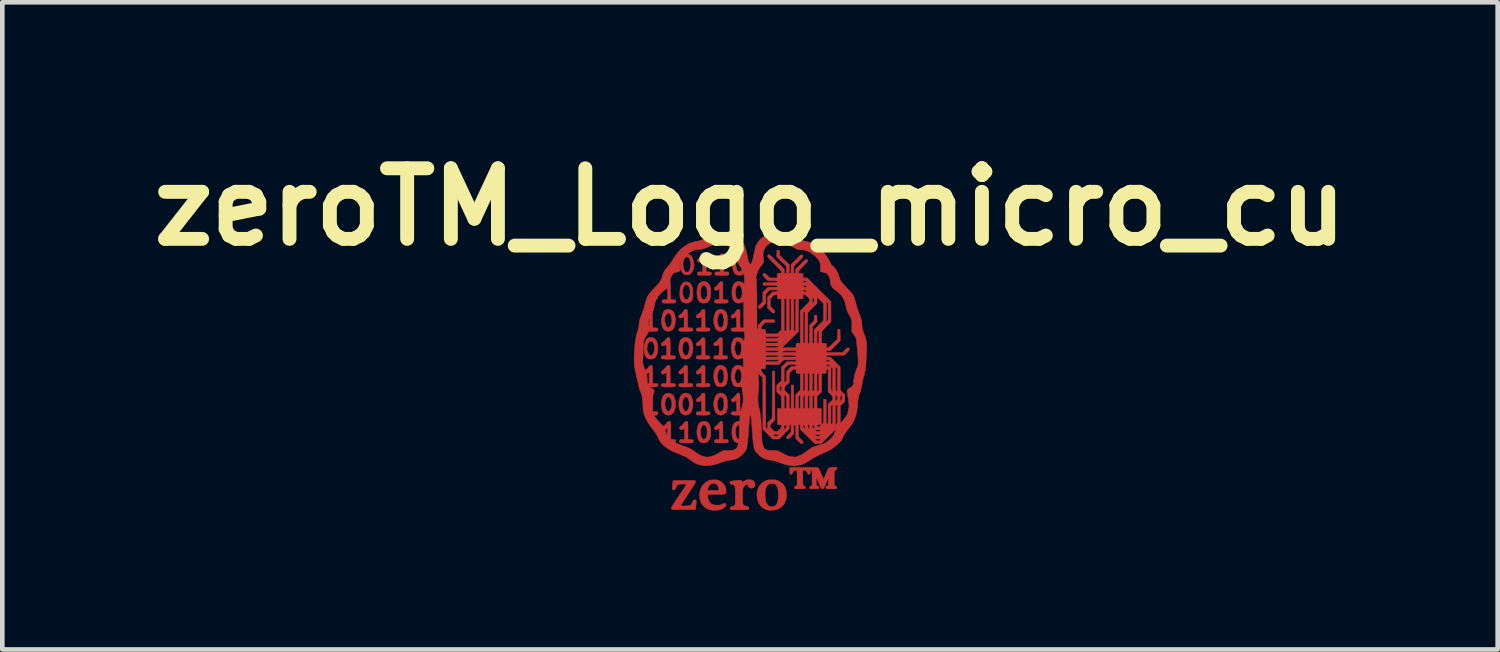
<source format=kicad_pcb>
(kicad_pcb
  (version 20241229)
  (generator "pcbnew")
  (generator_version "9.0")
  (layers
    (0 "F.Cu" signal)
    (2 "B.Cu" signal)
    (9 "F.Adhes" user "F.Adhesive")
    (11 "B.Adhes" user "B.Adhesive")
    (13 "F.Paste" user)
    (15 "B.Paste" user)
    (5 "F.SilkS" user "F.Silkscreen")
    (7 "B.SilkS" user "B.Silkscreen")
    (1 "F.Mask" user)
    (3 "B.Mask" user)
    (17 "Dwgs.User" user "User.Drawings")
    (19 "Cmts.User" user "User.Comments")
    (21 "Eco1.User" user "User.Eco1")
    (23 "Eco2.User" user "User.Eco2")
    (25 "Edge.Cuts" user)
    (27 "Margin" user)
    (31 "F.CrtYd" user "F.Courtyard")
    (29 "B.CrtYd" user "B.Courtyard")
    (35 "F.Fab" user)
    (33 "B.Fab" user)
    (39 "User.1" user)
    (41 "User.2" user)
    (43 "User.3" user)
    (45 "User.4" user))
  (footprint "zeroTM_Logo_micro_cu"
    (layer "F.Cu")
    (at 13.143 4.974)
    (property "Reference" "zeroTM_Logo_micro_cu" (at 0 -3.556 0) (layer "F.SilkS") (effects (font (size 1.524 1.524) (thickness 0.3))))
    (attr through_hole)
    (fp_poly (pts (xy -1.375 -0.138) (xy -1.366 -0.136) (xy -1.359 -0.129) (xy -1.354 -0.117) (xy -1.35 -0.098) (xy -1.348 -0.07) (xy -1.347 -0.032) (xy -1.347 0.019) (xy -1.347 0.067) (xy -1.347 0.254) (xy -1.298 0.254) (xy -1.265 0.256) (xy -1.245 0.262) (xy -1.234 0.274) (xy -1.232 0.292) (xy -1.235 0.311) (xy -1.241 0.322) (xy -1.252 0.325) (xy -1.275 0.328) (xy -1.308 0.33) (xy -1.346 0.331) (xy -1.388 0.331) (xy -1.429 0.331) (xy -1.467 0.33) (xy -1.499 0.328) (xy -1.521 0.325) (xy -1.53 0.322) (xy -1.537 0.307) (xy -1.539 0.292) (xy -1.536 0.273) (xy -1.526 0.262) (xy -1.505 0.256) (xy -1.472 0.254) (xy -1.424 0.254) (xy -1.424 0.015) (xy -1.453 0.034) (xy -1.483 0.05) (xy -1.508 0.054) (xy -1.527 0.046) (xy -1.538 0.028) (xy -1.539 0.014) (xy -1.536 -0.001) (xy -1.524 -0.016) (xy -1.505 -0.031) (xy -1.481 -0.051) (xy -1.455 -0.077) (xy -1.439 -0.097) (xy -1.42 -0.12) (xy -1.405 -0.133) (xy -1.391 -0.138) (xy -1.387 -0.139) (xy -1.375 -0.138)) (stroke (width 0.01) (type solid)) (fill yes) (layer "F.Cu"))
    (fp_poly (pts (xy -1.375 -1.347) (xy -1.366 -1.344) (xy -1.359 -1.338) (xy -1.354 -1.326) (xy -1.35 -1.307) (xy -1.348 -1.279) (xy -1.347 -1.241) (xy -1.347 -1.191) (xy -1.347 -1.138) (xy -1.347 -0.947) (xy -1.298 -0.947) (xy -1.265 -0.945) (xy -1.245 -0.939) (xy -1.234 -0.927) (xy -1.232 -0.908) (xy -1.235 -0.889) (xy -1.241 -0.879) (xy -1.252 -0.875) (xy -1.275 -0.873) (xy -1.308 -0.871) (xy -1.346 -0.87) (xy -1.388 -0.869) (xy -1.429 -0.87) (xy -1.467 -0.871) (xy -1.499 -0.873) (xy -1.521 -0.876) (xy -1.53 -0.879) (xy -1.537 -0.893) (xy -1.539 -0.908) (xy -1.536 -0.927) (xy -1.526 -0.939) (xy -1.505 -0.945) (xy -1.472 -0.947) (xy -1.424 -0.947) (xy -1.424 -1.184) (xy -1.454 -1.169) (xy -1.488 -1.157) (xy -1.514 -1.156) (xy -1.531 -1.166) (xy -1.538 -1.186) (xy -1.538 -1.198) (xy -1.532 -1.215) (xy -1.514 -1.23) (xy -1.505 -1.235) (xy -1.478 -1.255) (xy -1.45 -1.286) (xy -1.441 -1.299) (xy -1.422 -1.325) (xy -1.408 -1.339) (xy -1.395 -1.346) (xy -1.386 -1.347) (xy -1.375 -1.347)) (stroke (width 0.01) (type solid)) (fill yes) (layer "F.Cu"))
    (fp_poly (pts (xy -0.974 -2.547) (xy -0.965 -2.545) (xy -0.958 -2.538) (xy -0.953 -2.526) (xy -0.95 -2.507) (xy -0.948 -2.479) (xy -0.947 -2.44) (xy -0.947 -2.389) (xy -0.947 -2.342) (xy -0.947 -2.155) (xy -0.898 -2.155) (xy -0.865 -2.153) (xy -0.845 -2.147) (xy -0.834 -2.135) (xy -0.831 -2.117) (xy -0.835 -2.098) (xy -0.841 -2.087) (xy -0.852 -2.084) (xy -0.875 -2.081) (xy -0.908 -2.079) (xy -0.946 -2.078) (xy -0.988 -2.078) (xy -1.029 -2.078) (xy -1.067 -2.079) (xy -1.099 -2.081) (xy -1.121 -2.084) (xy -1.13 -2.087) (xy -1.137 -2.102) (xy -1.139 -2.117) (xy -1.136 -2.136) (xy -1.125 -2.148) (xy -1.104 -2.154) (xy -1.072 -2.155) (xy -1.024 -2.155) (xy -1.024 -2.392) (xy -1.054 -2.378) (xy -1.088 -2.366) (xy -1.114 -2.365) (xy -1.131 -2.374) (xy -1.138 -2.395) (xy -1.138 -2.406) (xy -1.131 -2.424) (xy -1.114 -2.438) (xy -1.105 -2.443) (xy -1.084 -2.458) (xy -1.06 -2.481) (xy -1.041 -2.503) (xy -1.021 -2.528) (xy -1.005 -2.542) (xy -0.992 -2.547) (xy -0.986 -2.548) (xy -0.974 -2.547)) (stroke (width 0.01) (type solid)) (fill yes) (layer "F.Cu"))
    (fp_poly (pts (xy -0.606 -1.944) (xy -0.593 -1.935) (xy -0.587 -1.916) (xy -0.585 -1.885) (xy -0.585 -1.879) (xy -0.586 -1.854) (xy -0.586 -1.817) (xy -0.586 -1.773) (xy -0.586 -1.725) (xy -0.586 -1.691) (xy -0.585 -1.555) (xy -0.536 -1.555) (xy -0.503 -1.553) (xy -0.483 -1.547) (xy -0.472 -1.535) (xy -0.47 -1.516) (xy -0.473 -1.498) (xy -0.479 -1.487) (xy -0.49 -1.483) (xy -0.513 -1.481) (xy -0.546 -1.479) (xy -0.584 -1.478) (xy -0.625 -1.477) (xy -0.666 -1.478) (xy -0.703 -1.479) (xy -0.733 -1.481) (xy -0.754 -1.484) (xy -0.76 -1.487) (xy -0.768 -1.501) (xy -0.77 -1.516) (xy -0.766 -1.536) (xy -0.755 -1.548) (xy -0.732 -1.554) (xy -0.707 -1.555) (xy -0.662 -1.555) (xy -0.662 -1.787) (xy -0.688 -1.771) (xy -0.718 -1.757) (xy -0.743 -1.756) (xy -0.76 -1.766) (xy -0.769 -1.786) (xy -0.77 -1.795) (xy -0.766 -1.81) (xy -0.755 -1.825) (xy -0.734 -1.84) (xy -0.71 -1.861) (xy -0.685 -1.888) (xy -0.674 -1.904) (xy -0.656 -1.928) (xy -0.642 -1.941) (xy -0.627 -1.946) (xy -0.606 -1.944)) (stroke (width 0.01) (type solid)) (fill yes) (layer "F.Cu"))
    (fp_poly (pts (xy -1.752 -0.138) (xy -1.743 -0.136) (xy -1.736 -0.129) (xy -1.731 -0.117) (xy -1.728 -0.098) (xy -1.726 -0.07) (xy -1.725 -0.032) (xy -1.724 0.019) (xy -1.724 0.067) (xy -1.724 0.254) (xy -1.676 0.254) (xy -1.642 0.256) (xy -1.622 0.262) (xy -1.611 0.274) (xy -1.609 0.292) (xy -1.612 0.311) (xy -1.618 0.322) (xy -1.629 0.325) (xy -1.652 0.328) (xy -1.685 0.33) (xy -1.723 0.331) (xy -1.765 0.331) (xy -1.806 0.331) (xy -1.844 0.33) (xy -1.876 0.328) (xy -1.898 0.325) (xy -1.907 0.322) (xy -1.915 0.305) (xy -1.916 0.283) (xy -1.909 0.265) (xy -1.907 0.263) (xy -1.895 0.258) (xy -1.872 0.255) (xy -1.85 0.254) (xy -1.801 0.254) (xy -1.801 0.015) (xy -1.83 0.034) (xy -1.86 0.05) (xy -1.886 0.054) (xy -1.905 0.046) (xy -1.915 0.028) (xy -1.917 0.014) (xy -1.913 -0.001) (xy -1.901 -0.016) (xy -1.882 -0.031) (xy -1.858 -0.051) (xy -1.833 -0.077) (xy -1.816 -0.097) (xy -1.797 -0.12) (xy -1.782 -0.133) (xy -1.768 -0.138) (xy -1.764 -0.139) (xy -1.752 -0.138)) (stroke (width 0.01) (type solid)) (fill yes) (layer "F.Cu"))
    (fp_poly (pts (xy -1.752 -0.738) (xy -1.743 -0.736) (xy -1.736 -0.73) (xy -1.731 -0.718) (xy -1.728 -0.698) (xy -1.726 -0.67) (xy -1.725 -0.632) (xy -1.724 -0.58) (xy -1.724 -0.533) (xy -1.724 -0.346) (xy -1.676 -0.346) (xy -1.642 -0.345) (xy -1.622 -0.338) (xy -1.611 -0.326) (xy -1.609 -0.308) (xy -1.612 -0.289) (xy -1.618 -0.279) (xy -1.629 -0.275) (xy -1.652 -0.272) (xy -1.685 -0.27) (xy -1.723 -0.269) (xy -1.765 -0.269) (xy -1.806 -0.269) (xy -1.844 -0.271) (xy -1.876 -0.273) (xy -1.898 -0.275) (xy -1.907 -0.279) (xy -1.915 -0.295) (xy -1.916 -0.317) (xy -1.909 -0.335) (xy -1.907 -0.337) (xy -1.895 -0.342) (xy -1.872 -0.345) (xy -1.85 -0.346) (xy -1.801 -0.346) (xy -1.801 -0.584) (xy -1.832 -0.569) (xy -1.865 -0.557) (xy -1.891 -0.556) (xy -1.908 -0.566) (xy -1.916 -0.586) (xy -1.915 -0.598) (xy -1.909 -0.615) (xy -1.891 -0.629) (xy -1.882 -0.635) (xy -1.862 -0.649) (xy -1.838 -0.672) (xy -1.818 -0.695) (xy -1.798 -0.719) (xy -1.783 -0.733) (xy -1.769 -0.739) (xy -1.764 -0.739) (xy -1.752 -0.738)) (stroke (width 0.01) (type solid)) (fill yes) (layer "F.Cu"))
    (fp_poly (pts (xy -1.367 1.07) (xy -1.358 1.073) (xy -1.351 1.079) (xy -1.346 1.091) (xy -1.343 1.11) (xy -1.341 1.138) (xy -1.34 1.177) (xy -1.339 1.228) (xy -1.339 1.275) (xy -1.339 1.462) (xy -1.291 1.462) (xy -1.258 1.464) (xy -1.237 1.47) (xy -1.227 1.482) (xy -1.224 1.501) (xy -1.225 1.514) (xy -1.229 1.524) (xy -1.238 1.531) (xy -1.254 1.535) (xy -1.279 1.538) (xy -1.315 1.539) (xy -1.364 1.539) (xy -1.374 1.539) (xy -1.429 1.539) (xy -1.47 1.538) (xy -1.497 1.535) (xy -1.512 1.532) (xy -1.515 1.53) (xy -1.522 1.516) (xy -1.524 1.501) (xy -1.521 1.481) (xy -1.509 1.469) (xy -1.487 1.464) (xy -1.461 1.462) (xy -1.416 1.462) (xy -1.416 1.231) (xy -1.444 1.243) (xy -1.478 1.253) (xy -1.503 1.252) (xy -1.518 1.24) (xy -1.523 1.218) (xy -1.523 1.211) (xy -1.516 1.194) (xy -1.499 1.18) (xy -1.489 1.174) (xy -1.46 1.153) (xy -1.432 1.118) (xy -1.429 1.114) (xy -1.412 1.09) (xy -1.398 1.076) (xy -1.385 1.07) (xy -1.379 1.07) (xy -1.367 1.07)) (stroke (width 0.01) (type solid)) (fill yes) (layer "F.Cu"))
    (fp_poly (pts (xy -0.989 0.466) (xy -0.974 0.477) (xy -0.97 0.49) (xy -0.971 0.499) (xy -0.971 0.522) (xy -0.971 0.555) (xy -0.971 0.597) (xy -0.971 0.646) (xy -0.971 0.679) (xy -0.97 0.862) (xy -0.925 0.862) (xy -0.899 0.864) (xy -0.879 0.867) (xy -0.871 0.871) (xy -0.864 0.888) (xy -0.863 0.91) (xy -0.87 0.928) (xy -0.871 0.93) (xy -0.882 0.933) (xy -0.906 0.936) (xy -0.938 0.938) (xy -0.977 0.939) (xy -1.018 0.94) (xy -1.058 0.939) (xy -1.095 0.938) (xy -1.126 0.935) (xy -1.146 0.933) (xy -1.153 0.93) (xy -1.16 0.915) (xy -1.162 0.901) (xy -1.159 0.881) (xy -1.148 0.87) (xy -1.127 0.864) (xy -1.095 0.862) (xy -1.047 0.862) (xy -1.047 0.625) (xy -1.077 0.639) (xy -1.11 0.651) (xy -1.136 0.652) (xy -1.154 0.642) (xy -1.161 0.622) (xy -1.161 0.611) (xy -1.154 0.594) (xy -1.137 0.579) (xy -1.128 0.574) (xy -1.101 0.554) (xy -1.073 0.523) (xy -1.064 0.51) (xy -1.045 0.484) (xy -1.031 0.47) (xy -1.018 0.463) (xy -1.009 0.462) (xy -0.989 0.466)) (stroke (width 0.01) (type solid)) (fill yes) (layer "F.Cu"))
    (fp_poly (pts (xy -0.613 1.07) (xy -0.603 1.073) (xy -0.597 1.079) (xy -0.592 1.091) (xy -0.588 1.11) (xy -0.586 1.138) (xy -0.585 1.177) (xy -0.585 1.228) (xy -0.585 1.275) (xy -0.585 1.462) (xy -0.536 1.462) (xy -0.503 1.464) (xy -0.483 1.47) (xy -0.472 1.482) (xy -0.47 1.501) (xy -0.47 1.514) (xy -0.474 1.524) (xy -0.483 1.531) (xy -0.499 1.535) (xy -0.524 1.538) (xy -0.561 1.539) (xy -0.61 1.539) (xy -0.62 1.539) (xy -0.675 1.539) (xy -0.715 1.538) (xy -0.743 1.535) (xy -0.758 1.532) (xy -0.76 1.53) (xy -0.768 1.516) (xy -0.77 1.501) (xy -0.766 1.481) (xy -0.755 1.469) (xy -0.732 1.464) (xy -0.707 1.462) (xy -0.662 1.462) (xy -0.662 1.231) (xy -0.69 1.243) (xy -0.724 1.253) (xy -0.749 1.252) (xy -0.764 1.24) (xy -0.769 1.218) (xy -0.768 1.211) (xy -0.762 1.194) (xy -0.745 1.18) (xy -0.735 1.174) (xy -0.706 1.153) (xy -0.678 1.118) (xy -0.675 1.114) (xy -0.657 1.09) (xy -0.644 1.076) (xy -0.631 1.07) (xy -0.624 1.07) (xy -0.613 1.07)) (stroke (width 0.01) (type solid)) (fill yes) (layer "F.Cu"))
    (fp_poly (pts (xy -0.597 -2.547) (xy -0.588 -2.545) (xy -0.581 -2.538) (xy -0.576 -2.526) (xy -0.573 -2.507) (xy -0.571 -2.479) (xy -0.57 -2.44) (xy -0.57 -2.389) (xy -0.57 -2.342) (xy -0.57 -2.155) (xy -0.521 -2.155) (xy -0.493 -2.154) (xy -0.472 -2.15) (xy -0.463 -2.146) (xy -0.456 -2.129) (xy -0.455 -2.108) (xy -0.461 -2.09) (xy -0.465 -2.087) (xy -0.476 -2.083) (xy -0.5 -2.081) (xy -0.533 -2.079) (xy -0.571 -2.078) (xy -0.613 -2.078) (xy -0.654 -2.079) (xy -0.692 -2.08) (xy -0.723 -2.082) (xy -0.745 -2.085) (xy -0.753 -2.088) (xy -0.761 -2.104) (xy -0.761 -2.123) (xy -0.755 -2.141) (xy -0.744 -2.153) (xy -0.734 -2.155) (xy -0.723 -2.154) (xy -0.702 -2.154) (xy -0.687 -2.154) (xy -0.647 -2.155) (xy -0.647 -2.392) (xy -0.677 -2.378) (xy -0.711 -2.366) (xy -0.737 -2.365) (xy -0.754 -2.374) (xy -0.761 -2.395) (xy -0.761 -2.406) (xy -0.754 -2.424) (xy -0.737 -2.438) (xy -0.728 -2.443) (xy -0.707 -2.458) (xy -0.683 -2.481) (xy -0.664 -2.503) (xy -0.644 -2.528) (xy -0.628 -2.542) (xy -0.615 -2.547) (xy -0.609 -2.548) (xy -0.597 -2.547)) (stroke (width 0.01) (type solid)) (fill yes) (layer "F.Cu"))
    (fp_poly (pts (xy -0.617 -0.738) (xy -0.607 -0.733) (xy -0.599 -0.722) (xy -0.595 -0.704) (xy -0.593 -0.675) (xy -0.593 -0.635) (xy -0.593 -0.603) (xy -0.593 -0.555) (xy -0.594 -0.505) (xy -0.594 -0.459) (xy -0.594 -0.422) (xy -0.593 -0.418) (xy -0.593 -0.346) (xy -0.548 -0.346) (xy -0.516 -0.344) (xy -0.496 -0.337) (xy -0.487 -0.324) (xy -0.485 -0.308) (xy -0.488 -0.289) (xy -0.494 -0.279) (xy -0.505 -0.275) (xy -0.529 -0.272) (xy -0.561 -0.27) (xy -0.599 -0.269) (xy -0.64 -0.269) (xy -0.681 -0.269) (xy -0.718 -0.271) (xy -0.749 -0.273) (xy -0.769 -0.276) (xy -0.776 -0.279) (xy -0.783 -0.293) (xy -0.785 -0.308) (xy -0.782 -0.327) (xy -0.771 -0.339) (xy -0.75 -0.345) (xy -0.719 -0.346) (xy -0.672 -0.346) (xy -0.666 -0.426) (xy -0.665 -0.464) (xy -0.664 -0.502) (xy -0.665 -0.532) (xy -0.666 -0.544) (xy -0.671 -0.583) (xy -0.701 -0.568) (xy -0.734 -0.557) (xy -0.76 -0.556) (xy -0.777 -0.566) (xy -0.784 -0.586) (xy -0.784 -0.598) (xy -0.777 -0.615) (xy -0.76 -0.629) (xy -0.751 -0.635) (xy -0.73 -0.649) (xy -0.706 -0.672) (xy -0.687 -0.695) (xy -0.667 -0.719) (xy -0.652 -0.733) (xy -0.638 -0.738) (xy -0.632 -0.739) (xy -0.617 -0.738)) (stroke (width 0.01) (type solid)) (fill yes) (layer "F.Cu"))
    (fp_poly (pts (xy -0.994 -0.738) (xy -0.984 -0.733) (xy -0.977 -0.722) (xy -0.973 -0.704) (xy -0.97 -0.675) (xy -0.97 -0.635) (xy -0.97 -0.603) (xy -0.97 -0.555) (xy -0.97 -0.505) (xy -0.97 -0.459) (xy -0.97 -0.422) (xy -0.97 -0.418) (xy -0.97 -0.346) (xy -0.925 -0.346) (xy -0.899 -0.345) (xy -0.879 -0.341) (xy -0.871 -0.337) (xy -0.864 -0.32) (xy -0.863 -0.299) (xy -0.87 -0.281) (xy -0.871 -0.279) (xy -0.882 -0.275) (xy -0.906 -0.272) (xy -0.938 -0.27) (xy -0.977 -0.269) (xy -1.018 -0.269) (xy -1.058 -0.269) (xy -1.095 -0.271) (xy -1.126 -0.273) (xy -1.146 -0.276) (xy -1.153 -0.279) (xy -1.16 -0.293) (xy -1.162 -0.308) (xy -1.159 -0.327) (xy -1.148 -0.339) (xy -1.127 -0.345) (xy -1.096 -0.346) (xy -1.048 -0.346) (xy -1.045 -0.418) (xy -1.045 -0.456) (xy -1.044 -0.496) (xy -1.045 -0.529) (xy -1.045 -0.536) (xy -1.047 -0.583) (xy -1.078 -0.569) (xy -1.111 -0.557) (xy -1.137 -0.556) (xy -1.154 -0.566) (xy -1.161 -0.586) (xy -1.161 -0.598) (xy -1.154 -0.615) (xy -1.137 -0.629) (xy -1.128 -0.635) (xy -1.107 -0.649) (xy -1.083 -0.672) (xy -1.064 -0.695) (xy -1.044 -0.719) (xy -1.029 -0.733) (xy -1.015 -0.738) (xy -1.009 -0.739) (xy -0.994 -0.738)) (stroke (width 0.01) (type solid)) (fill yes) (layer "F.Cu"))
    (fp_poly (pts (xy -0.991 -0.136) (xy -0.979 -0.127) (xy -0.972 -0.108) (xy -0.97 -0.078) (xy -0.97 -0.056) (xy -0.97 -0.027) (xy -0.97 0.013) (xy -0.97 0.06) (xy -0.97 0.109) (xy -0.97 0.129) (xy -0.97 0.254) (xy -0.925 0.254) (xy -0.899 0.256) (xy -0.879 0.259) (xy -0.871 0.263) (xy -0.864 0.28) (xy -0.863 0.302) (xy -0.87 0.32) (xy -0.871 0.322) (xy -0.882 0.325) (xy -0.906 0.328) (xy -0.938 0.33) (xy -0.977 0.331) (xy -1.018 0.331) (xy -1.058 0.331) (xy -1.095 0.33) (xy -1.126 0.327) (xy -1.146 0.324) (xy -1.153 0.322) (xy -1.16 0.307) (xy -1.162 0.292) (xy -1.159 0.273) (xy -1.148 0.262) (xy -1.127 0.256) (xy -1.096 0.254) (xy -1.048 0.254) (xy -1.045 0.142) (xy -1.045 0.102) (xy -1.044 0.067) (xy -1.045 0.041) (xy -1.045 0.025) (xy -1.045 0.023) (xy -1.053 0.022) (xy -1.068 0.029) (xy -1.076 0.035) (xy -1.106 0.05) (xy -1.132 0.054) (xy -1.15 0.046) (xy -1.161 0.027) (xy -1.162 0.014) (xy -1.159 -0.001) (xy -1.147 -0.016) (xy -1.128 -0.031) (xy -1.104 -0.051) (xy -1.078 -0.077) (xy -1.062 -0.097) (xy -1.043 -0.12) (xy -1.028 -0.133) (xy -1.015 -0.138) (xy -1.009 -0.139) (xy -0.991 -0.136)) (stroke (width 0.01) (type solid)) (fill yes) (layer "F.Cu"))
    (fp_poly (pts (xy -0.963 1.073) (xy -0.933 1.083) (xy -0.909 1.097) (xy -0.895 1.113) (xy -0.893 1.122) (xy -0.887 1.136) (xy -0.881 1.142) (xy -0.87 1.158) (xy -0.86 1.186) (xy -0.853 1.223) (xy -0.849 1.266) (xy -0.847 1.311) (xy -0.848 1.355) (xy -0.853 1.395) (xy -0.857 1.413) (xy -0.874 1.457) (xy -0.896 1.494) (xy -0.922 1.52) (xy -0.936 1.528) (xy -0.973 1.537) (xy -1.014 1.538) (xy -1.052 1.53) (xy -1.06 1.527) (xy -1.089 1.506) (xy -1.113 1.473) (xy -1.131 1.427) (xy -1.142 1.372) (xy -1.147 1.309) (xy -1.147 1.309) (xy -1.071 1.309) (xy -1.066 1.36) (xy -1.052 1.406) (xy -1.034 1.437) (xy -1.014 1.457) (xy -0.997 1.462) (xy -0.977 1.455) (xy -0.959 1.437) (xy -0.938 1.398) (xy -0.927 1.348) (xy -0.925 1.287) (xy -0.926 1.276) (xy -0.929 1.242) (xy -0.934 1.217) (xy -0.942 1.198) (xy -0.952 1.182) (xy -0.974 1.157) (xy -0.995 1.148) (xy -1.016 1.153) (xy -1.034 1.171) (xy -1.055 1.21) (xy -1.067 1.258) (xy -1.071 1.309) (xy -1.147 1.309) (xy -1.147 1.305) (xy -1.142 1.234) (xy -1.13 1.175) (xy -1.109 1.13) (xy -1.08 1.097) (xy -1.043 1.077) (xy -0.998 1.07) (xy -0.996 1.07) (xy -0.963 1.073)) (stroke (width 0.01) (type solid)) (fill yes) (layer "F.Cu"))
    (fp_poly (pts (xy -1.36 -0.736) (xy -1.322 -0.723) (xy -1.29 -0.701) (xy -1.283 -0.693) (xy -1.26 -0.655) (xy -1.243 -0.607) (xy -1.234 -0.552) (xy -1.232 -0.494) (xy -1.238 -0.436) (xy -1.252 -0.383) (xy -1.268 -0.342) (xy -1.286 -0.313) (xy -1.307 -0.293) (xy -1.331 -0.28) (xy -1.364 -0.272) (xy -1.404 -0.271) (xy -1.44 -0.277) (xy -1.451 -0.281) (xy -1.468 -0.289) (xy -1.481 -0.3) (xy -1.491 -0.315) (xy -1.502 -0.339) (xy -1.516 -0.374) (xy -1.517 -0.377) (xy -1.529 -0.415) (xy -1.536 -0.449) (xy -1.539 -0.485) (xy -1.539 -0.504) (xy -1.538 -0.519) (xy -1.461 -0.519) (xy -1.457 -0.457) (xy -1.447 -0.419) (xy -1.43 -0.38) (xy -1.413 -0.356) (xy -1.393 -0.346) (xy -1.37 -0.35) (xy -1.357 -0.358) (xy -1.344 -0.373) (xy -1.331 -0.4) (xy -1.32 -0.433) (xy -1.312 -0.467) (xy -1.309 -0.499) (xy -1.308 -0.503) (xy -1.312 -0.54) (xy -1.32 -0.579) (xy -1.333 -0.614) (xy -1.347 -0.639) (xy -1.351 -0.644) (xy -1.375 -0.66) (xy -1.397 -0.66) (xy -1.418 -0.647) (xy -1.436 -0.619) (xy -1.45 -0.581) (xy -1.461 -0.519) (xy -1.538 -0.519) (xy -1.535 -0.565) (xy -1.522 -0.623) (xy -1.503 -0.674) (xy -1.494 -0.691) (xy -1.469 -0.716) (xy -1.437 -0.732) (xy -1.399 -0.739) (xy -1.36 -0.736)) (stroke (width 0.01) (type solid)) (fill yes) (layer "F.Cu"))
    (fp_poly (pts (xy -0.952 -1.941) (xy -0.915 -1.921) (xy -0.885 -1.888) (xy -0.864 -1.843) (xy -0.851 -1.785) (xy -0.847 -1.714) (xy -0.847 -1.712) (xy -0.851 -1.641) (xy -0.863 -1.583) (xy -0.883 -1.538) (xy -0.911 -1.505) (xy -0.947 -1.486) (xy -0.992 -1.479) (xy -0.997 -1.479) (xy -1.025 -1.481) (xy -1.052 -1.487) (xy -1.06 -1.49) (xy -1.092 -1.512) (xy -1.117 -1.548) (xy -1.135 -1.596) (xy -1.144 -1.656) (xy -1.147 -1.709) (xy -1.146 -1.711) (xy -1.07 -1.711) (xy -1.067 -1.662) (xy -1.058 -1.621) (xy -1.044 -1.588) (xy -1.026 -1.566) (xy -1.005 -1.555) (xy -0.983 -1.557) (xy -0.96 -1.573) (xy -0.958 -1.575) (xy -0.945 -1.592) (xy -0.939 -1.605) (xy -0.939 -1.606) (xy -0.936 -1.614) (xy -0.933 -1.614) (xy -0.93 -1.618) (xy -0.927 -1.635) (xy -0.926 -1.66) (xy -0.925 -1.69) (xy -0.926 -1.722) (xy -0.927 -1.751) (xy -0.93 -1.775) (xy -0.931 -1.782) (xy -0.943 -1.816) (xy -0.959 -1.845) (xy -0.978 -1.864) (xy -0.997 -1.87) (xy -1.018 -1.863) (xy -1.037 -1.843) (xy -1.052 -1.812) (xy -1.063 -1.773) (xy -1.069 -1.728) (xy -1.07 -1.711) (xy -1.146 -1.711) (xy -1.142 -1.78) (xy -1.13 -1.84) (xy -1.11 -1.886) (xy -1.081 -1.919) (xy -1.044 -1.94) (xy -1 -1.947) (xy -0.997 -1.947) (xy -0.952 -1.941)) (stroke (width 0.01) (type solid)) (fill yes) (layer "F.Cu"))
    (fp_poly (pts (xy -1.344 0.47) (xy -1.312 0.487) (xy -1.293 0.5) (xy -1.28 0.514) (xy -1.269 0.531) (xy -1.259 0.556) (xy -1.253 0.573) (xy -1.24 0.615) (xy -1.234 0.653) (xy -1.232 0.696) (xy -1.232 0.7) (xy -1.233 0.744) (xy -1.24 0.782) (xy -1.252 0.823) (xy -1.253 0.827) (xy -1.264 0.859) (xy -1.274 0.879) (xy -1.286 0.894) (xy -1.302 0.907) (xy -1.312 0.914) (xy -1.355 0.935) (xy -1.396 0.94) (xy -1.436 0.931) (xy -1.464 0.914) (xy -1.492 0.883) (xy -1.515 0.84) (xy -1.53 0.788) (xy -1.538 0.728) (xy -1.539 0.7) (xy -1.539 0.697) (xy -1.462 0.697) (xy -1.459 0.736) (xy -1.451 0.774) (xy -1.438 0.809) (xy -1.422 0.837) (xy -1.405 0.856) (xy -1.389 0.862) (xy -1.379 0.857) (xy -1.362 0.846) (xy -1.357 0.841) (xy -1.335 0.813) (xy -1.321 0.776) (xy -1.31 0.726) (xy -1.31 0.679) (xy -1.32 0.628) (xy -1.321 0.623) (xy -1.332 0.591) (xy -1.345 0.57) (xy -1.361 0.556) (xy -1.378 0.544) (xy -1.389 0.54) (xy -1.401 0.545) (xy -1.407 0.548) (xy -1.423 0.564) (xy -1.438 0.592) (xy -1.45 0.626) (xy -1.459 0.663) (xy -1.462 0.697) (xy -1.539 0.697) (xy -1.535 0.638) (xy -1.522 0.582) (xy -1.503 0.535) (xy -1.477 0.499) (xy -1.464 0.487) (xy -1.425 0.466) (xy -1.385 0.46) (xy -1.344 0.47)) (stroke (width 0.01) (type solid)) (fill yes) (layer "F.Cu"))
    (fp_poly (pts (xy -1.339 -1.934) (xy -1.304 -1.917) (xy -1.275 -1.887) (xy -1.271 -1.88) (xy -1.252 -1.843) (xy -1.24 -1.798) (xy -1.234 -1.743) (xy -1.233 -1.677) (xy -1.234 -1.658) (xy -1.235 -1.619) (xy -1.238 -1.592) (xy -1.241 -1.572) (xy -1.247 -1.558) (xy -1.255 -1.543) (xy -1.26 -1.537) (xy -1.279 -1.515) (xy -1.301 -1.497) (xy -1.309 -1.492) (xy -1.341 -1.482) (xy -1.379 -1.479) (xy -1.417 -1.484) (xy -1.437 -1.49) (xy -1.47 -1.511) (xy -1.494 -1.544) (xy -1.509 -1.589) (xy -1.517 -1.645) (xy -1.516 -1.71) (xy -1.454 -1.71) (xy -1.454 -1.682) (xy -1.452 -1.66) (xy -1.449 -1.648) (xy -1.448 -1.647) (xy -1.442 -1.64) (xy -1.437 -1.624) (xy -1.436 -1.621) (xy -1.425 -1.592) (xy -1.407 -1.57) (xy -1.385 -1.558) (xy -1.362 -1.557) (xy -1.34 -1.569) (xy -1.34 -1.57) (xy -1.318 -1.602) (xy -1.302 -1.643) (xy -1.294 -1.691) (xy -1.294 -1.741) (xy -1.301 -1.789) (xy -1.315 -1.831) (xy -1.329 -1.853) (xy -1.351 -1.873) (xy -1.375 -1.879) (xy -1.398 -1.872) (xy -1.42 -1.852) (xy -1.437 -1.822) (xy -1.446 -1.793) (xy -1.45 -1.769) (xy -1.453 -1.74) (xy -1.454 -1.71) (xy -1.516 -1.71) (xy -1.516 -1.714) (xy -1.516 -1.72) (xy -1.512 -1.767) (xy -1.507 -1.803) (xy -1.501 -1.83) (xy -1.492 -1.853) (xy -1.48 -1.875) (xy -1.475 -1.884) (xy -1.447 -1.915) (xy -1.414 -1.934) (xy -1.377 -1.94) (xy -1.339 -1.934)) (stroke (width 0.01) (type solid)) (fill yes) (layer "F.Cu"))
    (fp_poly (pts (xy -2.099 -0.733) (xy -2.061 -0.715) (xy -2.031 -0.685) (xy -2.009 -0.642) (xy -1.996 -0.586) (xy -1.99 -0.517) (xy -1.99 -0.513) (xy -1.989 -0.473) (xy -1.991 -0.443) (xy -1.996 -0.416) (xy -2.004 -0.389) (xy -2.007 -0.381) (xy -2.024 -0.34) (xy -2.042 -0.311) (xy -2.064 -0.291) (xy -2.085 -0.28) (xy -2.113 -0.273) (xy -2.145 -0.27) (xy -2.176 -0.272) (xy -2.197 -0.278) (xy -2.234 -0.307) (xy -2.26 -0.347) (xy -2.275 -0.396) (xy -2.276 -0.4) (xy -2.283 -0.466) (xy -2.283 -0.488) (xy -2.224 -0.488) (xy -2.222 -0.46) (xy -2.217 -0.441) (xy -2.214 -0.437) (xy -2.205 -0.423) (xy -2.196 -0.402) (xy -2.194 -0.398) (xy -2.179 -0.369) (xy -2.159 -0.352) (xy -2.135 -0.348) (xy -2.112 -0.358) (xy -2.097 -0.374) (xy -2.084 -0.401) (xy -2.072 -0.434) (xy -2.063 -0.47) (xy -2.058 -0.506) (xy -2.057 -0.537) (xy -2.061 -0.56) (xy -2.067 -0.57) (xy -2.076 -0.584) (xy -2.078 -0.592) (xy -2.084 -0.612) (xy -2.098 -0.634) (xy -2.115 -0.652) (xy -2.128 -0.659) (xy -2.153 -0.658) (xy -2.178 -0.644) (xy -2.199 -0.619) (xy -2.213 -0.588) (xy -2.22 -0.556) (xy -2.223 -0.522) (xy -2.224 -0.488) (xy -2.283 -0.488) (xy -2.284 -0.525) (xy -2.279 -0.575) (xy -2.274 -0.598) (xy -2.267 -0.625) (xy -2.261 -0.649) (xy -2.259 -0.661) (xy -2.248 -0.687) (xy -2.226 -0.711) (xy -2.195 -0.728) (xy -2.16 -0.738) (xy -2.145 -0.739) (xy -2.099 -0.733)) (stroke (width 0.01) (type solid)) (fill yes) (layer "F.Cu"))
    (fp_poly (pts (xy -0.99 -1.343) (xy -0.978 -1.336) (xy -0.975 -1.326) (xy -0.973 -1.304) (xy -0.971 -1.269) (xy -0.97 -1.221) (xy -0.97 -1.158) (xy -0.97 -1.139) (xy -0.97 -1.087) (xy -0.97 -1.041) (xy -0.97 -1.001) (xy -0.969 -0.972) (xy -0.968 -0.954) (xy -0.968 -0.95) (xy -0.959 -0.948) (xy -0.939 -0.946) (xy -0.921 -0.945) (xy -0.888 -0.942) (xy -0.87 -0.934) (xy -0.868 -0.932) (xy -0.862 -0.924) (xy -0.867 -0.926) (xy -0.868 -0.927) (xy -0.875 -0.929) (xy -0.872 -0.922) (xy -0.868 -0.917) (xy -0.862 -0.9) (xy -0.867 -0.887) (xy -0.871 -0.882) (xy -0.88 -0.878) (xy -0.894 -0.876) (xy -0.917 -0.874) (xy -0.95 -0.873) (xy -0.995 -0.872) (xy -1.009 -0.872) (xy -1.063 -0.871) (xy -1.103 -0.872) (xy -1.13 -0.873) (xy -1.147 -0.876) (xy -1.153 -0.879) (xy -1.161 -0.896) (xy -1.161 -0.917) (xy -1.155 -0.935) (xy -1.153 -0.937) (xy -1.141 -0.943) (xy -1.118 -0.946) (xy -1.096 -0.947) (xy -1.048 -0.947) (xy -1.045 -0.979) (xy -1.045 -1.001) (xy -1.044 -1.033) (xy -1.045 -1.07) (xy -1.045 -1.098) (xy -1.048 -1.184) (xy -1.078 -1.169) (xy -1.111 -1.157) (xy -1.137 -1.156) (xy -1.154 -1.166) (xy -1.161 -1.186) (xy -1.161 -1.198) (xy -1.154 -1.215) (xy -1.137 -1.23) (xy -1.128 -1.235) (xy -1.101 -1.255) (xy -1.073 -1.286) (xy -1.064 -1.299) (xy -1.045 -1.324) (xy -1.031 -1.339) (xy -1.018 -1.346) (xy -1.009 -1.347) (xy -0.99 -1.343)) (stroke (width 0.01) (type solid)) (fill yes) (layer "F.Cu"))
    (fp_poly (pts (xy -1.721 0.47) (xy -1.69 0.487) (xy -1.67 0.5) (xy -1.657 0.514) (xy -1.647 0.531) (xy -1.636 0.556) (xy -1.63 0.573) (xy -1.618 0.615) (xy -1.611 0.653) (xy -1.609 0.696) (xy -1.609 0.7) (xy -1.611 0.744) (xy -1.617 0.782) (xy -1.629 0.823) (xy -1.63 0.827) (xy -1.641 0.859) (xy -1.651 0.879) (xy -1.663 0.894) (xy -1.679 0.907) (xy -1.69 0.914) (xy -1.731 0.935) (xy -1.771 0.94) (xy -1.811 0.93) (xy -1.84 0.913) (xy -1.859 0.898) (xy -1.871 0.883) (xy -1.882 0.864) (xy -1.893 0.835) (xy -1.896 0.825) (xy -1.914 0.751) (xy -1.916 0.7) (xy -1.84 0.7) (xy -1.836 0.738) (xy -1.827 0.777) (xy -1.813 0.812) (xy -1.797 0.838) (xy -1.791 0.843) (xy -1.776 0.855) (xy -1.765 0.862) (xy -1.764 0.862) (xy -1.755 0.857) (xy -1.74 0.846) (xy -1.734 0.841) (xy -1.715 0.816) (xy -1.699 0.781) (xy -1.689 0.74) (xy -1.686 0.701) (xy -1.689 0.659) (xy -1.7 0.619) (xy -1.715 0.584) (xy -1.733 0.56) (xy -1.737 0.557) (xy -1.758 0.545) (xy -1.776 0.545) (xy -1.795 0.559) (xy -1.802 0.567) (xy -1.813 0.586) (xy -1.824 0.615) (xy -1.833 0.648) (xy -1.838 0.681) (xy -1.84 0.7) (xy -1.916 0.7) (xy -1.916 0.678) (xy -1.904 0.605) (xy -1.896 0.576) (xy -1.885 0.544) (xy -1.875 0.522) (xy -1.863 0.507) (xy -1.846 0.492) (xy -1.84 0.488) (xy -1.801 0.467) (xy -1.762 0.461) (xy -1.721 0.47)) (stroke (width 0.01) (type solid)) (fill yes) (layer "F.Cu"))
    (fp_poly (pts (xy -0.59 0.47) (xy -0.558 0.487) (xy -0.534 0.506) (xy -0.516 0.527) (xy -0.503 0.554) (xy -0.495 0.589) (xy -0.491 0.634) (xy -0.489 0.692) (xy -0.489 0.7) (xy -0.49 0.76) (xy -0.494 0.806) (xy -0.502 0.842) (xy -0.514 0.87) (xy -0.532 0.893) (xy -0.555 0.912) (xy -0.558 0.914) (xy -0.601 0.935) (xy -0.642 0.94) (xy -0.681 0.931) (xy -0.709 0.913) (xy -0.729 0.895) (xy -0.74 0.88) (xy -0.74 0.875) (xy -0.742 0.864) (xy -0.746 0.862) (xy -0.752 0.855) (xy -0.76 0.837) (xy -0.769 0.812) (xy -0.769 0.811) (xy -0.781 0.756) (xy -0.784 0.712) (xy -0.705 0.712) (xy -0.705 0.716) (xy -0.699 0.765) (xy -0.691 0.801) (xy -0.679 0.827) (xy -0.663 0.846) (xy -0.66 0.848) (xy -0.644 0.859) (xy -0.632 0.86) (xy -0.617 0.852) (xy -0.604 0.843) (xy -0.584 0.819) (xy -0.571 0.783) (xy -0.563 0.737) (xy -0.563 0.684) (xy -0.57 0.626) (xy -0.571 0.62) (xy -0.577 0.592) (xy -0.584 0.575) (xy -0.596 0.562) (xy -0.607 0.555) (xy -0.625 0.544) (xy -0.637 0.541) (xy -0.65 0.546) (xy -0.654 0.549) (xy -0.671 0.566) (xy -0.686 0.596) (xy -0.698 0.632) (xy -0.704 0.672) (xy -0.705 0.712) (xy -0.784 0.712) (xy -0.785 0.698) (xy -0.781 0.64) (xy -0.769 0.587) (xy -0.751 0.54) (xy -0.727 0.504) (xy -0.546 0.504) (xy -0.543 0.508) (xy -0.539 0.504) (xy -0.543 0.5) (xy -0.546 0.504) (xy -0.727 0.504) (xy -0.726 0.503) (xy -0.709 0.487) (xy -0.671 0.466) (xy -0.631 0.46) (xy -0.59 0.47)) (stroke (width 0.01) (type solid)) (fill yes) (layer "F.Cu"))
    (fp_poly (pts (xy -0.591 -0.131) (xy -0.552 -0.111) (xy -0.523 -0.081) (xy -0.504 -0.042) (xy -0.498 -0.006) (xy -0.496 0.013) (xy -0.492 0.023) (xy -0.491 0.023) (xy -0.487 0.03) (xy -0.486 0.049) (xy -0.485 0.076) (xy -0.486 0.109) (xy -0.487 0.142) (xy -0.49 0.174) (xy -0.494 0.2) (xy -0.495 0.208) (xy -0.506 0.248) (xy -0.518 0.276) (xy -0.534 0.295) (xy -0.555 0.31) (xy -0.562 0.313) (xy -0.601 0.326) (xy -0.644 0.33) (xy -0.683 0.324) (xy -0.697 0.32) (xy -0.719 0.307) (xy -0.735 0.292) (xy -0.744 0.277) (xy -0.743 0.27) (xy -0.743 0.262) (xy -0.746 0.262) (xy -0.752 0.255) (xy -0.76 0.237) (xy -0.769 0.212) (xy -0.769 0.211) (xy -0.781 0.155) (xy -0.785 0.097) (xy -0.783 0.072) (xy -0.705 0.072) (xy -0.705 0.133) (xy -0.697 0.171) (xy -0.691 0.192) (xy -0.689 0.207) (xy -0.69 0.21) (xy -0.687 0.217) (xy -0.677 0.23) (xy -0.674 0.234) (xy -0.65 0.25) (xy -0.624 0.252) (xy -0.599 0.239) (xy -0.583 0.218) (xy -0.571 0.186) (xy -0.564 0.145) (xy -0.562 0.099) (xy -0.565 0.052) (xy -0.57 0.025) (xy -0.577 -0.005) (xy -0.586 -0.024) (xy -0.599 -0.038) (xy -0.606 -0.044) (xy -0.623 -0.056) (xy -0.635 -0.06) (xy -0.647 -0.056) (xy -0.653 -0.052) (xy -0.669 -0.037) (xy -0.683 -0.01) (xy -0.69 0.009) (xy -0.705 0.072) (xy -0.783 0.072) (xy -0.781 0.04) (xy -0.769 -0.013) (xy -0.751 -0.06) (xy -0.726 -0.097) (xy -0.709 -0.113) (xy -0.686 -0.129) (xy -0.664 -0.137) (xy -0.637 -0.138) (xy -0.636 -0.138) (xy -0.591 -0.131)) (stroke (width 0.01) (type solid)) (fill yes) (layer "F.Cu"))
    (fp_poly (pts (xy -1.723 -1.34) (xy -1.69 -1.322) (xy -1.67 -1.308) (xy -1.657 -1.295) (xy -1.647 -1.278) (xy -1.636 -1.253) (xy -1.63 -1.235) (xy -1.618 -1.194) (xy -1.611 -1.156) (xy -1.609 -1.113) (xy -1.609 -1.108) (xy -1.611 -1.065) (xy -1.617 -1.027) (xy -1.629 -0.986) (xy -1.63 -0.981) (xy -1.641 -0.95) (xy -1.651 -0.93) (xy -1.663 -0.915) (xy -1.679 -0.902) (xy -1.69 -0.895) (xy -1.731 -0.874) (xy -1.771 -0.869) (xy -1.811 -0.879) (xy -1.84 -0.896) (xy -1.859 -0.911) (xy -1.872 -0.926) (xy -1.882 -0.946) (xy -1.893 -0.976) (xy -1.895 -0.982) (xy -1.905 -1.013) (xy -1.91 -1.036) (xy -1.912 -1.059) (xy -1.911 -1.087) (xy -1.909 -1.115) (xy -1.847 -1.115) (xy -1.846 -1.09) (xy -1.843 -1.072) (xy -1.84 -1.067) (xy -1.835 -1.057) (xy -1.828 -1.038) (xy -1.824 -1.024) (xy -1.81 -0.987) (xy -1.792 -0.966) (xy -1.776 -0.954) (xy -1.765 -0.947) (xy -1.764 -0.947) (xy -1.755 -0.951) (xy -1.74 -0.963) (xy -1.734 -0.968) (xy -1.712 -0.996) (xy -1.698 -1.033) (xy -1.688 -1.083) (xy -1.687 -1.13) (xy -1.697 -1.181) (xy -1.699 -1.186) (xy -1.709 -1.218) (xy -1.723 -1.239) (xy -1.738 -1.253) (xy -1.763 -1.272) (xy -1.784 -1.257) (xy -1.808 -1.232) (xy -1.828 -1.196) (xy -1.842 -1.156) (xy -1.847 -1.116) (xy -1.847 -1.115) (xy -1.909 -1.115) (xy -1.909 -1.116) (xy -1.905 -1.153) (xy -1.898 -1.188) (xy -1.892 -1.216) (xy -1.889 -1.224) (xy -1.882 -1.248) (xy -1.877 -1.27) (xy -1.877 -1.276) (xy -1.872 -1.291) (xy -1.856 -1.308) (xy -1.841 -1.32) (xy -1.802 -1.342) (xy -1.763 -1.348) (xy -1.723 -1.34)) (stroke (width 0.01) (type solid)) (fill yes) (layer "F.Cu"))
    (fp_poly (pts (xy -0.604 -1.344) (xy -0.578 -1.334) (xy -0.558 -1.322) (xy -0.534 -1.303) (xy -0.516 -1.281) (xy -0.503 -1.254) (xy -0.495 -1.22) (xy -0.491 -1.175) (xy -0.489 -1.117) (xy -0.489 -1.108) (xy -0.491 -1.049) (xy -0.495 -1.002) (xy -0.502 -0.966) (xy -0.514 -0.938) (xy -0.532 -0.916) (xy -0.555 -0.897) (xy -0.558 -0.895) (xy -0.601 -0.874) (xy -0.642 -0.868) (xy -0.681 -0.878) (xy -0.709 -0.895) (xy -0.727 -0.91) (xy -0.741 -0.927) (xy -0.752 -0.95) (xy -0.764 -0.982) (xy -0.782 -1.056) (xy -0.784 -1.108) (xy -0.708 -1.108) (xy -0.705 -1.076) (xy -0.698 -1.041) (xy -0.687 -1.007) (xy -0.674 -0.979) (xy -0.661 -0.961) (xy -0.66 -0.961) (xy -0.645 -0.95) (xy -0.632 -0.948) (xy -0.617 -0.956) (xy -0.604 -0.966) (xy -0.588 -0.98) (xy -0.578 -0.999) (xy -0.571 -1.027) (xy -0.571 -1.029) (xy -0.565 -1.073) (xy -0.562 -1.116) (xy -0.562 -1.154) (xy -0.567 -1.182) (xy -0.569 -1.188) (xy -0.575 -1.207) (xy -0.577 -1.22) (xy -0.583 -1.231) (xy -0.597 -1.245) (xy -0.602 -1.249) (xy -0.622 -1.263) (xy -0.639 -1.272) (xy -0.65 -1.275) (xy -0.651 -1.271) (xy -0.651 -1.27) (xy -0.653 -1.262) (xy -0.661 -1.255) (xy -0.672 -1.243) (xy -0.684 -1.219) (xy -0.694 -1.189) (xy -0.702 -1.155) (xy -0.707 -1.123) (xy -0.708 -1.108) (xy -0.784 -1.108) (xy -0.785 -1.129) (xy -0.773 -1.204) (xy -0.765 -1.232) (xy -0.75 -1.268) (xy -0.734 -1.298) (xy -0.717 -1.318) (xy -0.701 -1.328) (xy -0.691 -1.327) (xy -0.686 -1.326) (xy -0.688 -1.33) (xy -0.687 -1.338) (xy -0.671 -1.344) (xy -0.642 -1.347) (xy -0.632 -1.347) (xy -0.604 -1.344)) (stroke (width 0.01) (type solid)) (fill yes) (layer "F.Cu"))
    (fp_poly (pts (xy 0.513 2.336) (xy 0.541 2.337) (xy 0.563 2.34) (xy 0.581 2.345) (xy 0.602 2.354) (xy 0.625 2.365) (xy 0.683 2.401) (xy 0.727 2.445) (xy 0.759 2.499) (xy 0.779 2.561) (xy 0.784 2.591) (xy 0.787 2.639) (xy 0.785 2.692) (xy 0.778 2.744) (xy 0.768 2.788) (xy 0.766 2.795) (xy 0.738 2.851) (xy 0.699 2.901) (xy 0.649 2.942) (xy 0.593 2.972) (xy 0.585 2.976) (xy 0.56 2.982) (xy 0.525 2.987) (xy 0.486 2.991) (xy 0.473 2.991) (xy 0.434 2.992) (xy 0.405 2.991) (xy 0.381 2.987) (xy 0.355 2.98) (xy 0.346 2.977) (xy 0.314 2.964) (xy 0.283 2.947) (xy 0.264 2.934) (xy 0.223 2.893) (xy 0.191 2.841) (xy 0.167 2.781) (xy 0.153 2.716) (xy 0.149 2.648) (xy 0.151 2.627) (xy 0.325 2.627) (xy 0.325 2.692) (xy 0.329 2.738) (xy 0.335 2.779) (xy 0.342 2.809) (xy 0.343 2.812) (xy 0.357 2.842) (xy 0.378 2.87) (xy 0.401 2.894) (xy 0.424 2.909) (xy 0.432 2.912) (xy 0.464 2.915) (xy 0.497 2.911) (xy 0.526 2.903) (xy 0.538 2.896) (xy 0.564 2.872) (xy 0.584 2.842) (xy 0.599 2.804) (xy 0.608 2.756) (xy 0.613 2.697) (xy 0.614 2.625) (xy 0.607 2.561) (xy 0.594 2.507) (xy 0.574 2.464) (xy 0.548 2.434) (xy 0.544 2.43) (xy 0.512 2.416) (xy 0.474 2.412) (xy 0.435 2.417) (xy 0.402 2.432) (xy 0.398 2.435) (xy 0.367 2.466) (xy 0.345 2.508) (xy 0.331 2.561) (xy 0.325 2.627) (xy 0.151 2.627) (xy 0.156 2.582) (xy 0.157 2.58) (xy 0.177 2.513) (xy 0.209 2.457) (xy 0.251 2.41) (xy 0.307 2.372) (xy 0.33 2.36) (xy 0.352 2.35) (xy 0.371 2.343) (xy 0.391 2.339) (xy 0.415 2.337) (xy 0.447 2.336) (xy 0.474 2.336) (xy 0.513 2.336)) (stroke (width 0.01) (type solid)) (fill yes) (layer "F.Cu"))
    (fp_poly (pts (xy -0.74 2.336) (xy -0.713 2.338) (xy -0.693 2.342) (xy -0.675 2.348) (xy -0.657 2.357) (xy -0.617 2.381) (xy -0.587 2.406) (xy -0.563 2.437) (xy -0.547 2.464) (xy -0.531 2.497) (xy -0.522 2.528) (xy -0.518 2.565) (xy -0.517 2.57) (xy -0.516 2.6) (xy -0.517 2.619) (xy -0.521 2.63) (xy -0.528 2.637) (xy -0.536 2.641) (xy -0.551 2.643) (xy -0.575 2.645) (xy -0.61 2.647) (xy -0.656 2.647) (xy -0.716 2.648) (xy -0.73 2.648) (xy -0.918 2.648) (xy -0.914 2.693) (xy -0.906 2.736) (xy -0.891 2.779) (xy -0.872 2.816) (xy -0.86 2.831) (xy -0.832 2.856) (xy -0.799 2.871) (xy -0.759 2.88) (xy -0.712 2.882) (xy -0.675 2.881) (xy -0.649 2.879) (xy -0.627 2.873) (xy -0.604 2.863) (xy -0.599 2.861) (xy -0.568 2.847) (xy -0.547 2.841) (xy -0.534 2.844) (xy -0.525 2.853) (xy -0.524 2.855) (xy -0.516 2.878) (xy -0.522 2.9) (xy -0.541 2.922) (xy -0.544 2.925) (xy -0.582 2.953) (xy -0.622 2.973) (xy -0.668 2.985) (xy -0.724 2.991) (xy -0.743 2.992) (xy -0.798 2.992) (xy -0.841 2.988) (xy -0.87 2.982) (xy -0.929 2.959) (xy -0.98 2.925) (xy -1.006 2.899) (xy -1.038 2.859) (xy -1.061 2.817) (xy -1.077 2.767) (xy -1.083 2.737) (xy -1.089 2.662) (xy -1.082 2.59) (xy -1.074 2.563) (xy -0.916 2.563) (xy -0.677 2.563) (xy -0.677 2.534) (xy -0.683 2.499) (xy -0.699 2.464) (xy -0.722 2.436) (xy -0.739 2.423) (xy -0.772 2.413) (xy -0.81 2.414) (xy -0.845 2.426) (xy -0.854 2.432) (xy -0.874 2.453) (xy -0.893 2.484) (xy -0.907 2.519) (xy -0.911 2.538) (xy -0.916 2.563) (xy -1.074 2.563) (xy -1.062 2.524) (xy -1.03 2.465) (xy -0.987 2.414) (xy -0.933 2.373) (xy -0.902 2.357) (xy -0.88 2.347) (xy -0.86 2.341) (xy -0.837 2.338) (xy -0.806 2.336) (xy -0.777 2.336) (xy -0.74 2.336)) (stroke (width 0.01) (type solid)) (fill yes) (layer "F.Cu"))
    (fp_poly (pts (xy 0.03 2.337) (xy 0.066 2.351) (xy 0.09 2.375) (xy 0.104 2.409) (xy 0.106 2.427) (xy 0.107 2.453) (xy 0.103 2.471) (xy 0.094 2.486) (xy 0.091 2.489) (xy 0.066 2.508) (xy 0.038 2.516) (xy 0.009 2.514) (xy -0.017 2.502) (xy -0.037 2.482) (xy -0.046 2.454) (xy -0.046 2.447) (xy -0.051 2.434) (xy -0.065 2.431) (xy -0.084 2.438) (xy -0.105 2.453) (xy -0.115 2.462) (xy -0.13 2.479) (xy -0.142 2.497) (xy -0.15 2.518) (xy -0.156 2.544) (xy -0.159 2.578) (xy -0.161 2.621) (xy -0.161 2.677) (xy -0.16 2.711) (xy -0.159 2.768) (xy -0.158 2.811) (xy -0.154 2.843) (xy -0.149 2.865) (xy -0.141 2.88) (xy -0.129 2.89) (xy -0.113 2.896) (xy -0.091 2.9) (xy -0.085 2.902) (xy -0.06 2.908) (xy -0.04 2.914) (xy -0.033 2.918) (xy -0.025 2.933) (xy -0.024 2.953) (xy -0.028 2.972) (xy -0.033 2.977) (xy -0.043 2.979) (xy -0.068 2.981) (xy -0.105 2.983) (xy -0.153 2.984) (xy -0.211 2.984) (xy -0.233 2.984) (xy -0.424 2.984) (xy -0.428 2.967) (xy -0.429 2.94) (xy -0.418 2.923) (xy -0.394 2.913) (xy -0.357 2.903) (xy -0.333 2.887) (xy -0.321 2.866) (xy -0.32 2.863) (xy -0.319 2.845) (xy -0.317 2.815) (xy -0.317 2.776) (xy -0.316 2.731) (xy -0.316 2.683) (xy -0.317 2.634) (xy -0.318 2.588) (xy -0.32 2.549) (xy -0.321 2.518) (xy -0.323 2.506) (xy -0.329 2.474) (xy -0.34 2.454) (xy -0.359 2.442) (xy -0.39 2.435) (xy -0.39 2.435) (xy -0.418 2.427) (xy -0.433 2.411) (xy -0.433 2.387) (xy -0.433 2.384) (xy -0.431 2.377) (xy -0.427 2.372) (xy -0.419 2.367) (xy -0.406 2.364) (xy -0.383 2.36) (xy -0.35 2.356) (xy -0.313 2.351) (xy -0.265 2.345) (xy -0.229 2.343) (xy -0.205 2.343) (xy -0.189 2.347) (xy -0.179 2.355) (xy -0.174 2.366) (xy -0.173 2.371) (xy -0.168 2.394) (xy -0.14 2.372) (xy -0.101 2.348) (xy -0.06 2.335) (xy -0.018 2.332) (xy 0.03 2.337)) (stroke (width 0.01) (type solid)) (fill yes) (layer "F.Cu"))
    (fp_poly (pts (xy -1.353 2.348) (xy -1.301 2.348) (xy -1.26 2.348) (xy -1.23 2.349) (xy -1.209 2.35) (xy -1.195 2.352) (xy -1.186 2.355) (xy -1.181 2.358) (xy -1.178 2.362) (xy -1.178 2.362) (xy -1.176 2.371) (xy -1.177 2.382) (xy -1.183 2.399) (xy -1.194 2.421) (xy -1.211 2.45) (xy -1.235 2.488) (xy -1.267 2.536) (xy -1.3 2.585) (xy -1.331 2.632) (xy -1.364 2.681) (xy -1.396 2.73) (xy -1.424 2.773) (xy -1.444 2.804) (xy -1.466 2.839) (xy -1.481 2.863) (xy -1.489 2.879) (xy -1.491 2.888) (xy -1.489 2.893) (xy -1.483 2.897) (xy -1.483 2.897) (xy -1.468 2.899) (xy -1.443 2.9) (xy -1.41 2.9) (xy -1.386 2.899) (xy -1.342 2.896) (xy -1.309 2.89) (xy -1.286 2.881) (xy -1.269 2.865) (xy -1.256 2.843) (xy -1.252 2.836) (xy -1.238 2.804) (xy -1.227 2.784) (xy -1.218 2.772) (xy -1.21 2.767) (xy -1.2 2.765) (xy -1.181 2.767) (xy -1.165 2.777) (xy -1.157 2.791) (xy -1.158 2.798) (xy -1.16 2.81) (xy -1.162 2.833) (xy -1.165 2.863) (xy -1.166 2.876) (xy -1.169 2.909) (xy -1.171 2.938) (xy -1.174 2.957) (xy -1.174 2.961) (xy -1.178 2.979) (xy -1.43 2.979) (xy -1.505 2.979) (xy -1.566 2.978) (xy -1.613 2.977) (xy -1.649 2.976) (xy -1.673 2.974) (xy -1.687 2.972) (xy -1.692 2.969) (xy -1.7 2.955) (xy -1.701 2.949) (xy -1.697 2.935) (xy -1.683 2.91) (xy -1.662 2.873) (xy -1.633 2.827) (xy -1.596 2.771) (xy -1.553 2.707) (xy -1.513 2.648) (xy -1.482 2.603) (xy -1.453 2.56) (xy -1.427 2.522) (xy -1.406 2.492) (xy -1.392 2.47) (xy -1.386 2.461) (xy -1.369 2.433) (xy -1.39 2.428) (xy -1.407 2.426) (xy -1.434 2.425) (xy -1.467 2.426) (xy -1.476 2.427) (xy -1.518 2.431) (xy -1.548 2.439) (xy -1.57 2.453) (xy -1.586 2.475) (xy -1.598 2.501) (xy -1.613 2.532) (xy -1.628 2.549) (xy -1.645 2.553) (xy -1.66 2.548) (xy -1.68 2.54) (xy -1.674 2.453) (xy -1.671 2.418) (xy -1.668 2.387) (xy -1.664 2.366) (xy -1.661 2.357) (xy -1.655 2.354) (xy -1.64 2.352) (xy -1.617 2.35) (xy -1.583 2.349) (xy -1.538 2.348) (xy -1.479 2.348) (xy -1.419 2.348) (xy -1.353 2.348)) (stroke (width 0.01) (type solid)) (fill yes) (layer "F.Cu"))
    (fp_poly (pts (xy 1.861 2.064) (xy 1.869 2.067) (xy 1.873 2.073) (xy 1.874 2.077) (xy 1.876 2.102) (xy 1.865 2.119) (xy 1.847 2.127) (xy 1.837 2.13) (xy 1.83 2.136) (xy 1.824 2.146) (xy 1.82 2.163) (xy 1.818 2.189) (xy 1.817 2.224) (xy 1.817 2.271) (xy 1.818 2.321) (xy 1.82 2.459) (xy 1.847 2.468) (xy 1.865 2.476) (xy 1.873 2.486) (xy 1.874 2.503) (xy 1.874 2.528) (xy 1.762 2.531) (xy 1.716 2.531) (xy 1.684 2.531) (xy 1.662 2.529) (xy 1.649 2.527) (xy 1.641 2.523) (xy 1.64 2.521) (xy 1.633 2.504) (xy 1.636 2.486) (xy 1.647 2.473) (xy 1.657 2.471) (xy 1.673 2.469) (xy 1.683 2.464) (xy 1.689 2.453) (xy 1.692 2.432) (xy 1.692 2.4) (xy 1.692 2.376) (xy 1.689 2.294) (xy 1.643 2.407) (xy 1.626 2.446) (xy 1.61 2.48) (xy 1.597 2.507) (xy 1.588 2.523) (xy 1.584 2.527) (xy 1.568 2.531) (xy 1.554 2.53) (xy 1.546 2.526) (xy 1.537 2.516) (xy 1.527 2.5) (xy 1.515 2.473) (xy 1.499 2.436) (xy 1.49 2.415) (xy 1.474 2.377) (xy 1.459 2.343) (xy 1.448 2.317) (xy 1.44 2.301) (xy 1.438 2.298) (xy 1.435 2.302) (xy 1.433 2.317) (xy 1.432 2.34) (xy 1.432 2.368) (xy 1.432 2.397) (xy 1.433 2.423) (xy 1.435 2.443) (xy 1.438 2.452) (xy 1.448 2.461) (xy 1.466 2.471) (xy 1.466 2.472) (xy 1.483 2.484) (xy 1.492 2.498) (xy 1.492 2.498) (xy 1.491 2.512) (xy 1.485 2.521) (xy 1.47 2.527) (xy 1.445 2.53) (xy 1.408 2.531) (xy 1.381 2.531) (xy 1.289 2.528) (xy 1.289 2.502) (xy 1.291 2.483) (xy 1.3 2.474) (xy 1.314 2.469) (xy 1.339 2.463) (xy 1.339 2.298) (xy 1.339 2.243) (xy 1.339 2.201) (xy 1.338 2.171) (xy 1.336 2.151) (xy 1.334 2.138) (xy 1.331 2.132) (xy 1.327 2.129) (xy 1.313 2.127) (xy 1.305 2.136) (xy 1.301 2.157) (xy 1.301 2.17) (xy 1.3 2.194) (xy 1.295 2.207) (xy 1.286 2.213) (xy 1.285 2.213) (xy 1.261 2.215) (xy 1.244 2.203) (xy 1.236 2.182) (xy 1.226 2.154) (xy 1.21 2.138) (xy 1.182 2.132) (xy 1.173 2.132) (xy 1.139 2.132) (xy 1.139 2.288) (xy 1.14 2.336) (xy 1.14 2.379) (xy 1.142 2.414) (xy 1.143 2.44) (xy 1.145 2.453) (xy 1.146 2.454) (xy 1.157 2.463) (xy 1.174 2.47) (xy 1.19 2.476) (xy 1.196 2.488) (xy 1.197 2.502) (xy 1.197 2.528) (xy 1.083 2.53) (xy 1.039 2.531) (xy 1.008 2.531) (xy 0.987 2.53) (xy 0.975 2.528) (xy 0.967 2.524) (xy 0.963 2.518) (xy 0.961 2.513) (xy 0.957 2.492) (xy 0.968 2.477) (xy 0.993 2.468) (xy 0.993 2.468) (xy 1.016 2.463) (xy 1.016 2.132) (xy 0.983 2.132) (xy 0.956 2.134) (xy 0.939 2.142) (xy 0.928 2.159) (xy 0.921 2.179) (xy 0.913 2.201) (xy 0.904 2.212) (xy 0.892 2.215) (xy 0.875 2.214) (xy 0.864 2.206) (xy 0.858 2.188) (xy 0.856 2.158) (xy 0.856 2.131) (xy 0.858 2.067) (xy 1.155 2.065) (xy 1.236 2.064) (xy 1.303 2.064) (xy 1.356 2.065) (xy 1.398 2.066) (xy 1.43 2.067) (xy 1.451 2.069) (xy 1.465 2.071) (xy 1.469 2.072) (xy 1.478 2.081) (xy 1.49 2.099) (xy 1.504 2.128) (xy 1.523 2.168) (xy 1.536 2.201) (xy 1.553 2.24) (xy 1.567 2.274) (xy 1.579 2.301) (xy 1.586 2.318) (xy 1.588 2.322) (xy 1.592 2.316) (xy 1.6 2.298) (xy 1.612 2.271) (xy 1.627 2.236) (xy 1.639 2.207) (xy 1.656 2.167) (xy 1.671 2.132) (xy 1.684 2.104) (xy 1.693 2.085) (xy 1.697 2.08) (xy 1.708 2.075) (xy 1.733 2.071) (xy 1.768 2.067) (xy 1.787 2.066) (xy 1.823 2.063) (xy 1.847 2.063) (xy 1.861 2.064)) (stroke (width 0.01) (type solid)) (fill yes) (layer "F.Cu"))
    (fp_poly (pts (xy -0.511 -2.996) (xy -0.497 -2.995) (xy -0.458 -2.988) (xy -0.42 -2.978) (xy -0.388 -2.966) (xy -0.364 -2.955) (xy -0.354 -2.947) (xy -0.346 -2.941) (xy -0.328 -2.928) (xy -0.304 -2.912) (xy -0.277 -2.894) (xy -0.25 -2.876) (xy -0.226 -2.861) (xy -0.209 -2.851) (xy -0.202 -2.847) (xy -0.196 -2.841) (xy -0.183 -2.825) (xy -0.167 -2.8) (xy -0.152 -2.778) (xy -0.131 -2.744) (xy -0.116 -2.714) (xy -0.104 -2.684) (xy -0.093 -2.647) (xy -0.085 -2.619) (xy -0.076 -2.579) (xy -0.067 -2.539) (xy -0.06 -2.506) (xy -0.057 -2.486) (xy -0.052 -2.454) (xy -0.043 -2.419) (xy -0.033 -2.384) (xy -0.021 -2.354) (xy -0.011 -2.332) (xy -0.002 -2.321) (xy -0.001 -2.321) (xy 0.014 -2.322) (xy 0.029 -2.338) (xy 0.043 -2.368) (xy 0.056 -2.409) (xy 0.061 -2.428) (xy 0.068 -2.462) (xy 0.078 -2.506) (xy 0.088 -2.554) (xy 0.099 -2.602) (xy 0.101 -2.613) (xy 0.11 -2.653) (xy 0.118 -2.688) (xy 0.125 -2.714) (xy 0.13 -2.73) (xy 0.131 -2.732) (xy 0.137 -2.74) (xy 0.15 -2.758) (xy 0.167 -2.782) (xy 0.179 -2.801) (xy 0.203 -2.834) (xy 0.224 -2.859) (xy 0.248 -2.881) (xy 0.281 -2.904) (xy 0.285 -2.907) (xy 0.342 -2.941) (xy 0.402 -2.967) (xy 0.428 -2.976) (xy 0.464 -2.987) (xy 0.491 -2.994) (xy 0.511 -2.997) (xy 0.53 -2.997) (xy 0.551 -2.994) (xy 0.552 -2.994) (xy 0.585 -2.99) (xy 0.619 -2.987) (xy 0.634 -2.986) (xy 0.658 -2.984) (xy 0.692 -2.977) (xy 0.732 -2.967) (xy 0.776 -2.955) (xy 0.818 -2.942) (xy 0.855 -2.93) (xy 0.883 -2.918) (xy 0.887 -2.916) (xy 0.907 -2.908) (xy 0.921 -2.905) (xy 0.923 -2.905) (xy 0.933 -2.904) (xy 0.952 -2.898) (xy 0.978 -2.887) (xy 0.986 -2.883) (xy 1.033 -2.863) (xy 1.08 -2.846) (xy 1.13 -2.83) (xy 1.188 -2.816) (xy 1.233 -2.805) (xy 1.27 -2.797) (xy 1.302 -2.788) (xy 1.326 -2.781) (xy 1.339 -2.775) (xy 1.339 -2.775) (xy 1.352 -2.766) (xy 1.373 -2.753) (xy 1.394 -2.741) (xy 1.423 -2.723) (xy 1.451 -2.703) (xy 1.466 -2.69) (xy 1.49 -2.67) (xy 1.517 -2.647) (xy 1.532 -2.635) (xy 1.554 -2.614) (xy 1.582 -2.583) (xy 1.612 -2.547) (xy 1.641 -2.508) (xy 1.666 -2.472) (xy 1.674 -2.459) (xy 1.693 -2.427) (xy 1.711 -2.396) (xy 1.725 -2.369) (xy 1.736 -2.349) (xy 1.74 -2.338) (xy 1.74 -2.338) (xy 1.744 -2.324) (xy 1.754 -2.307) (xy 1.766 -2.292) (xy 1.775 -2.286) (xy 1.775 -2.286) (xy 1.793 -2.279) (xy 1.814 -2.26) (xy 1.837 -2.231) (xy 1.86 -2.196) (xy 1.882 -2.155) (xy 1.902 -2.112) (xy 1.917 -2.069) (xy 1.922 -2.051) (xy 1.928 -2.028) (xy 1.936 -2.006) (xy 1.946 -1.984) (xy 1.96 -1.961) (xy 1.979 -1.935) (xy 2.003 -1.905) (xy 2.034 -1.87) (xy 2.072 -1.827) (xy 2.119 -1.777) (xy 2.173 -1.72) (xy 2.194 -1.696) (xy 2.213 -1.671) (xy 2.219 -1.66) (xy 2.232 -1.637) (xy 2.243 -1.617) (xy 2.246 -1.612) (xy 2.251 -1.599) (xy 2.259 -1.573) (xy 2.268 -1.54) (xy 2.278 -1.502) (xy 2.279 -1.496) (xy 2.291 -1.451) (xy 2.303 -1.408) (xy 2.317 -1.364) (xy 2.333 -1.316) (xy 2.354 -1.26) (xy 2.379 -1.194) (xy 2.382 -1.185) (xy 2.397 -1.146) (xy 2.406 -1.114) (xy 2.411 -1.082) (xy 2.414 -1.043) (xy 2.414 -1.035) (xy 2.419 -0.977) (xy 2.427 -0.925) (xy 2.442 -0.872) (xy 2.463 -0.813) (xy 2.467 -0.803) (xy 2.483 -0.763) (xy 2.495 -0.725) (xy 2.504 -0.689) (xy 2.51 -0.65) (xy 2.514 -0.606) (xy 2.515 -0.555) (xy 2.515 -0.494) (xy 2.514 -0.423) (xy 2.51 -0.315) (xy 2.505 -0.221) (xy 2.5 -0.14) (xy 2.493 -0.071) (xy 2.484 -0.012) (xy 2.474 0.037) (xy 2.462 0.078) (xy 2.458 0.091) (xy 2.45 0.118) (xy 2.44 0.155) (xy 2.431 0.197) (xy 2.424 0.241) (xy 2.424 0.241) (xy 2.417 0.281) (xy 2.41 0.318) (xy 2.403 0.348) (xy 2.397 0.367) (xy 2.397 0.368) (xy 2.391 0.387) (xy 2.39 0.4) (xy 2.391 0.401) (xy 2.39 0.411) (xy 2.383 0.431) (xy 2.372 0.456) (xy 2.371 0.458) (xy 2.359 0.485) (xy 2.349 0.516) (xy 2.341 0.554) (xy 2.334 0.6) (xy 2.327 0.656) (xy 2.321 0.725) (xy 2.318 0.762) (xy 2.31 0.835) (xy 2.297 0.901) (xy 2.281 0.959) (xy 2.261 1.005) (xy 2.259 1.01) (xy 2.252 1.025) (xy 2.251 1.031) (xy 2.251 1.031) (xy 2.25 1.037) (xy 2.243 1.053) (xy 2.232 1.075) (xy 2.218 1.1) (xy 2.205 1.124) (xy 2.192 1.144) (xy 2.184 1.157) (xy 2.182 1.158) (xy 2.173 1.168) (xy 2.159 1.187) (xy 2.143 1.208) (xy 2.127 1.23) (xy 2.115 1.247) (xy 2.109 1.255) (xy 2.102 1.262) (xy 2.089 1.279) (xy 2.072 1.302) (xy 2.065 1.312) (xy 2.032 1.362) (xy 2.004 1.414) (xy 1.977 1.476) (xy 1.975 1.48) (xy 1.964 1.5) (xy 1.951 1.513) (xy 1.948 1.514) (xy 1.935 1.524) (xy 1.917 1.541) (xy 1.91 1.549) (xy 1.892 1.568) (xy 1.867 1.591) (xy 1.84 1.613) (xy 1.838 1.614) (xy 1.815 1.631) (xy 1.796 1.646) (xy 1.786 1.654) (xy 1.786 1.655) (xy 1.777 1.661) (xy 1.758 1.672) (xy 1.731 1.686) (xy 1.7 1.702) (xy 1.667 1.717) (xy 1.637 1.732) (xy 1.613 1.743) (xy 1.599 1.748) (xy 1.581 1.756) (xy 1.571 1.762) (xy 1.57 1.764) (xy 1.564 1.769) (xy 1.547 1.776) (xy 1.541 1.778) (xy 1.525 1.785) (xy 1.5 1.796) (xy 1.469 1.811) (xy 1.435 1.828) (xy 1.402 1.845) (xy 1.372 1.861) (xy 1.348 1.874) (xy 1.334 1.883) (xy 1.332 1.885) (xy 1.324 1.891) (xy 1.306 1.903) (xy 1.279 1.92) (xy 1.247 1.939) (xy 1.239 1.944) (xy 1.201 1.967) (xy 1.17 1.983) (xy 1.143 1.995) (xy 1.114 2.004) (xy 1.078 2.013) (xy 1.058 2.018) (xy 1.023 2.026) (xy 0.993 2.032) (xy 0.972 2.037) (xy 0.962 2.038) (xy 0.962 2.038) (xy 0.953 2.037) (xy 0.933 2.034) (xy 0.903 2.03) (xy 0.866 2.025) (xy 0.862 2.024) (xy 0.803 2.014) (xy 0.75 2.002) (xy 0.696 1.984) (xy 0.672 1.975) (xy 0.61 1.952) (xy 0.559 1.936) (xy 0.515 1.924) (xy 0.476 1.916) (xy 0.457 1.913) (xy 0.397 1.903) (xy 0.349 1.893) (xy 0.31 1.879) (xy 0.275 1.862) (xy 0.255 1.849) (xy 0.206 1.811) (xy 0.161 1.769) (xy 0.124 1.726) (xy 0.118 1.719) (xy 0.109 1.704) (xy 0.1 1.686) (xy 0.092 1.664) (xy 0.086 1.636) (xy 0.079 1.602) (xy 0.073 1.56) (xy 0.067 1.508) (xy 0.061 1.446) (xy 0.055 1.372) (xy 0.048 1.285) (xy 0.043 1.208) (xy 0.037 1.134) (xy 0.031 1.068) (xy 0.026 1.012) (xy 0.02 0.967) (xy 0.015 0.934) (xy 0.011 0.914) (xy 0.008 0.908) (xy 0.004 0.916) (xy -0.000429 0.938) (xy -0.005 0.973) (xy -0.011 1.02) (xy -0.016 1.078) (xy -0.022 1.147) (xy -0.027 1.216) (xy -0.035 1.316) (xy -0.041 1.401) (xy -0.048 1.473) (xy -0.054 1.532) (xy -0.06 1.58) (xy -0.065 1.617) (xy -0.071 1.644) (xy -0.075 1.659) (xy -0.09 1.694) (xy -0.104 1.722) (xy -0.118 1.739) (xy -0.128 1.744) (xy -0.129 1.744) (xy -0.137 1.747) (xy -0.139 1.754) (xy -0.142 1.765) (xy -0.153 1.779) (xy -0.173 1.798) (xy -0.204 1.823) (xy -0.228 1.842) (xy -0.277 1.871) (xy -0.337 1.894) (xy -0.41 1.909) (xy -0.439 1.913) (xy -0.47 1.918) (xy -0.506 1.926) (xy -0.531 1.932) (xy -0.559 1.94) (xy -0.583 1.946) (xy -0.597 1.949) (xy -0.614 1.955) (xy -0.635 1.964) (xy -0.635 1.964) (xy -0.652 1.971) (xy -0.679 1.981) (xy -0.714 1.991) (xy -0.743 2) (xy -0.838 2.021) (xy -0.93 2.03) (xy -1.015 2.027) (xy -1.093 2.012) (xy -1.163 1.985) (xy -1.163 1.985) (xy -1.186 1.973) (xy -1.213 1.956) (xy -1.243 1.937) (xy -1.272 1.919) (xy -1.296 1.902) (xy -1.312 1.889) (xy -1.316 1.885) (xy -1.325 1.879) (xy -1.342 1.869) (xy -1.345 1.867) (xy -1.361 1.857) (xy -1.37 1.848) (xy -1.37 1.847) (xy -1.374 1.841) (xy -1.376 1.841) (xy -1.385 1.839) (xy -1.404 1.832) (xy -1.429 1.821) (xy -1.432 1.819) (xy -1.466 1.804) (xy -1.503 1.788) (xy -1.528 1.778) (xy -1.555 1.768) (xy -1.578 1.759) (xy -1.589 1.754) (xy -1.605 1.748) (xy -1.628 1.738) (xy -1.651 1.729) (xy -1.705 1.704) (xy -1.761 1.671) (xy -1.815 1.633) (xy -1.865 1.591) (xy -1.908 1.55) (xy -1.94 1.511) (xy -1.942 1.506) (xy -1.959 1.477) (xy -1.975 1.447) (xy -1.983 1.427) (xy -1.992 1.407) (xy -2.007 1.379) (xy -2.026 1.347) (xy -2.046 1.316) (xy -2.065 1.287) (xy -2.081 1.267) (xy -2.089 1.258) (xy -2.094 1.253) (xy -1.832 1.253) (xy -1.83 1.263) (xy -1.824 1.283) (xy -1.815 1.308) (xy -1.806 1.334) (xy -1.798 1.357) (xy -1.792 1.373) (xy -1.789 1.378) (xy -1.788 1.371) (xy -1.786 1.351) (xy -1.786 1.323) (xy -1.786 1.301) (xy -1.786 1.225) (xy -1.809 1.237) (xy -1.824 1.246) (xy -1.832 1.253) (xy -1.832 1.253) (xy -2.094 1.253) (xy -2.101 1.245) (xy -2.119 1.221) (xy -2.142 1.19) (xy -2.166 1.154) (xy -2.19 1.116) (xy -2.213 1.079) (xy -2.232 1.046) (xy -2.241 1.029) (xy -2.264 0.982) (xy -2.281 0.939) (xy -2.294 0.897) (xy -2.302 0.852) (xy -2.308 0.8) (xy -2.313 0.737) (xy -2.313 0.724) (xy -2.318 0.647) (xy -2.324 0.585) (xy -2.331 0.534) (xy -2.341 0.493) (xy -2.353 0.462) (xy -2.369 0.422) (xy -2.384 0.379) (xy -2.398 0.328) (xy -2.413 0.267) (xy -2.42 0.235) (xy -2.43 0.187) (xy -2.442 0.135) (xy -2.453 0.085) (xy -2.459 0.058) (xy -2.46 0.056) (xy -2.229 0.056) (xy -2.228 0.072) (xy -2.228 0.073) (xy -2.225 0.091) (xy -2.223 0.119) (xy -2.22 0.153) (xy -2.219 0.175) (xy -2.217 0.211) (xy -2.216 0.233) (xy -2.213 0.246) (xy -2.208 0.252) (xy -2.201 0.254) (xy -2.197 0.254) (xy -2.178 0.254) (xy -2.178 0.015) (xy -2.206 0.033) (xy -2.223 0.045) (xy -2.229 0.056) (xy -2.46 0.056) (xy -2.479 -0.034) (xy -2.493 -0.117) (xy -2.5 -0.194) (xy -2.501 -0.212) (xy -2.315 -0.212) (xy -2.313 -0.184) (xy -2.308 -0.157) (xy -2.305 -0.144) (xy -2.293 -0.1) (xy -2.281 -0.065) (xy -2.271 -0.043) (xy -2.264 -0.035) (xy -2.252 -0.037) (xy -2.234 -0.05) (xy -2.211 -0.074) (xy -2.193 -0.097) (xy -2.174 -0.121) (xy -2.159 -0.134) (xy -2.145 -0.138) (xy -2.141 -0.139) (xy -2.129 -0.138) (xy -2.12 -0.136) (xy -2.113 -0.129) (xy -2.108 -0.117) (xy -2.105 -0.098) (xy -2.103 -0.07) (xy -2.102 -0.032) (xy -2.101 0.019) (xy -2.101 0.067) (xy -2.101 0.254) (xy -2.053 0.254) (xy -2.025 0.255) (xy -2.004 0.259) (xy -1.995 0.263) (xy -1.987 0.279) (xy -1.987 0.301) (xy -1.993 0.318) (xy -1.996 0.322) (xy -2.007 0.326) (xy -2.031 0.329) (xy -2.062 0.331) (xy -2.09 0.333) (xy -2.174 0.335) (xy -2.131 0.356) (xy -2.097 0.375) (xy -2.076 0.395) (xy -2.068 0.418) (xy -2.071 0.447) (xy -2.085 0.485) (xy -2.087 0.489) (xy -2.092 0.501) (xy -2.095 0.515) (xy -2.098 0.534) (xy -2.099 0.559) (xy -2.1 0.593) (xy -2.101 0.639) (xy -2.101 0.691) (xy -2.101 0.862) (xy -2.053 0.862) (xy -2.02 0.864) (xy -1.999 0.87) (xy -1.989 0.882) (xy -1.986 0.901) (xy -1.99 0.922) (xy -2.004 0.934) (xy -2.03 0.939) (xy -2.037 0.939) (xy -2.058 0.94) (xy -2.069 0.943) (xy -2.07 0.945) (xy -2.065 0.958) (xy -2.051 0.98) (xy -2.029 1.009) (xy -2 1.043) (xy -1.968 1.08) (xy -1.958 1.091) (xy -1.932 1.119) (xy -1.909 1.144) (xy -1.893 1.162) (xy -1.884 1.172) (xy -1.884 1.173) (xy -1.874 1.177) (xy -1.857 1.169) (xy -1.835 1.151) (xy -1.811 1.124) (xy -1.803 1.114) (xy -1.783 1.089) (xy -1.767 1.076) (xy -1.754 1.07) (xy -1.748 1.07) (xy -1.736 1.07) (xy -1.727 1.073) (xy -1.72 1.079) (xy -1.715 1.091) (xy -1.712 1.11) (xy -1.71 1.138) (xy -1.709 1.177) (xy -1.709 1.228) (xy -1.709 1.275) (xy -1.709 1.462) (xy -1.664 1.462) (xy -1.638 1.464) (xy -1.618 1.468) (xy -1.61 1.472) (xy -1.603 1.488) (xy -1.602 1.509) (xy -1.607 1.527) (xy -1.609 1.529) (xy -1.608 1.535) (xy -1.596 1.543) (xy -1.572 1.555) (xy -1.535 1.569) (xy -1.485 1.588) (xy -1.422 1.611) (xy -1.384 1.624) (xy -1.332 1.644) (xy -1.289 1.664) (xy -1.249 1.687) (xy -1.231 1.699) (xy -1.174 1.739) (xy -1.127 1.77) (xy -1.088 1.794) (xy -1.055 1.812) (xy -1.027 1.824) (xy -1.001 1.832) (xy -0.982 1.836) (xy -0.953 1.841) (xy -0.931 1.844) (xy -0.919 1.846) (xy -0.918 1.846) (xy -0.907 1.845) (xy -0.885 1.84) (xy -0.856 1.833) (xy -0.839 1.828) (xy -0.803 1.818) (xy -0.768 1.805) (xy -0.74 1.792) (xy -0.733 1.789) (xy -0.708 1.775) (xy -0.676 1.757) (xy -0.643 1.739) (xy -0.639 1.737) (xy -0.581 1.705) (xy -0.47 1.702) (xy -0.426 1.701) (xy -0.394 1.7) (xy -0.371 1.697) (xy -0.355 1.694) (xy -0.341 1.688) (xy -0.328 1.68) (xy -0.322 1.677) (xy -0.301 1.662) (xy -0.287 1.645) (xy -0.275 1.622) (xy -0.269 1.607) (xy -0.26 1.58) (xy -0.252 1.56) (xy -0.248 1.549) (xy -0.251 1.541) (xy -0.26 1.539) (xy -0.293 1.532) (xy -0.324 1.514) (xy -0.35 1.486) (xy -0.351 1.484) (xy -0.373 1.441) (xy -0.386 1.391) (xy -0.392 1.331) (xy -0.392 1.305) (xy -0.391 1.277) (xy -0.315 1.277) (xy -0.315 1.328) (xy -0.307 1.376) (xy -0.291 1.418) (xy -0.28 1.437) (xy -0.263 1.456) (xy -0.251 1.461) (xy -0.243 1.453) (xy -0.238 1.429) (xy -0.236 1.415) (xy -0.234 1.39) (xy -0.232 1.353) (xy -0.231 1.31) (xy -0.231 1.266) (xy -0.231 1.257) (xy -0.231 1.214) (xy -0.232 1.184) (xy -0.233 1.164) (xy -0.235 1.153) (xy -0.239 1.148) (xy -0.245 1.147) (xy -0.246 1.147) (xy -0.262 1.154) (xy -0.279 1.171) (xy -0.295 1.197) (xy -0.306 1.225) (xy -0.307 1.228) (xy -0.315 1.277) (xy -0.391 1.277) (xy -0.388 1.236) (xy -0.376 1.178) (xy -0.356 1.132) (xy -0.328 1.098) (xy -0.294 1.077) (xy -0.253 1.07) (xy -0.251 1.07) (xy -0.226 1.07) (xy -0.212 0.939) (xy -0.301 0.939) (xy -0.343 0.939) (xy -0.373 0.936) (xy -0.392 0.932) (xy -0.403 0.924) (xy -0.407 0.912) (xy -0.408 0.901) (xy -0.405 0.881) (xy -0.394 0.87) (xy -0.373 0.864) (xy -0.341 0.862) (xy -0.292 0.862) (xy -0.292 0.625) (xy -0.323 0.64) (xy -0.357 0.652) (xy -0.383 0.653) (xy -0.4 0.643) (xy -0.407 0.623) (xy -0.407 0.611) (xy -0.4 0.594) (xy -0.383 0.579) (xy -0.374 0.574) (xy -0.347 0.554) (xy -0.319 0.523) (xy -0.309 0.51) (xy -0.29 0.484) (xy -0.276 0.469) (xy -0.264 0.463) (xy -0.255 0.462) (xy -0.243 0.462) (xy -0.234 0.465) (xy -0.227 0.471) (xy -0.222 0.483) (xy -0.219 0.501) (xy -0.217 0.529) (xy -0.216 0.567) (xy -0.216 0.618) (xy -0.216 0.672) (xy -0.215 0.738) (xy -0.214 0.79) (xy -0.213 0.827) (xy -0.21 0.85) (xy -0.206 0.858) (xy -0.2 0.854) (xy -0.193 0.836) (xy -0.184 0.805) (xy -0.173 0.762) (xy -0.171 0.754) (xy -0.16 0.701) (xy -0.152 0.654) (xy -0.148 0.607) (xy -0.149 0.558) (xy -0.149 0.557) (xy 0.17 0.557) (xy 0.17 0.62) (xy 0.176 0.679) (xy 0.186 0.74) (xy 0.193 0.772) (xy 0.206 0.829) (xy 0.216 0.881) (xy 0.224 0.932) (xy 0.231 0.984) (xy 0.236 1.04) (xy 0.24 1.104) (xy 0.244 1.178) (xy 0.247 1.247) (xy 0.249 1.324) (xy 0.252 1.389) (xy 0.255 1.441) (xy 0.258 1.483) (xy 0.262 1.518) (xy 0.267 1.546) (xy 0.273 1.57) (xy 0.28 1.592) (xy 0.288 1.613) (xy 0.289 1.615) (xy 0.302 1.643) (xy 0.315 1.66) (xy 0.331 1.673) (xy 0.347 1.682) (xy 0.365 1.69) (xy 0.381 1.696) (xy 0.401 1.699) (xy 0.428 1.7) (xy 0.466 1.701) (xy 0.479 1.701) (xy 0.52 1.701) (xy 0.551 1.703) (xy 0.574 1.706) (xy 0.595 1.711) (xy 0.617 1.719) (xy 0.623 1.722) (xy 0.652 1.734) (xy 0.677 1.747) (xy 0.693 1.756) (xy 0.708 1.765) (xy 0.733 1.778) (xy 0.764 1.793) (xy 0.781 1.802) (xy 0.817 1.818) (xy 0.846 1.828) (xy 0.874 1.834) (xy 0.908 1.838) (xy 0.92 1.839) (xy 0.956 1.842) (xy 0.981 1.843) (xy 0.995 1.843) (xy 1.003 1.842) (xy 1.007 1.84) (xy 1.008 1.839) (xy 1.017 1.834) (xy 1.036 1.826) (xy 1.062 1.815) (xy 1.067 1.813) (xy 1.101 1.798) (xy 1.135 1.779) (xy 1.159 1.762) (xy 1.18 1.747) (xy 1.209 1.727) (xy 1.244 1.703) (xy 1.281 1.679) (xy 1.315 1.656) (xy 1.343 1.638) (xy 1.355 1.632) (xy 1.368 1.626) (xy 1.392 1.618) (xy 1.424 1.607) (xy 1.461 1.596) (xy 1.499 1.584) (xy 1.535 1.574) (xy 1.564 1.566) (xy 1.585 1.561) (xy 1.591 1.56) (xy 1.604 1.557) (xy 1.608 1.552) (xy 1.614 1.545) (xy 1.63 1.533) (xy 1.653 1.518) (xy 1.66 1.513) (xy 1.704 1.483) (xy 1.745 1.446) (xy 1.781 1.405) (xy 1.808 1.366) (xy 1.816 1.351) (xy 1.827 1.325) (xy 1.837 1.297) (xy 1.846 1.271) (xy 1.851 1.252) (xy 1.853 1.242) (xy 1.852 1.242) (xy 1.847 1.246) (xy 1.831 1.261) (xy 1.808 1.283) (xy 1.778 1.313) (xy 1.743 1.348) (xy 1.703 1.387) (xy 1.693 1.397) (xy 1.536 1.555) (xy 1.397 1.555) (xy 1.297 1.455) (xy 1.398 1.455) (xy 1.416 1.474) (xy 1.435 1.488) (xy 1.459 1.493) (xy 1.466 1.493) (xy 1.493 1.49) (xy 1.512 1.478) (xy 1.516 1.474) (xy 1.534 1.455) (xy 1.398 1.455) (xy 1.297 1.455) (xy 1.241 1.399) (xy 1.197 1.355) (xy 1.398 1.355) (xy 1.416 1.374) (xy 1.435 1.388) (xy 1.459 1.393) (xy 1.466 1.393) (xy 1.493 1.39) (xy 1.512 1.378) (xy 1.516 1.374) (xy 1.534 1.355) (xy 1.398 1.355) (xy 1.197 1.355) (xy 1.097 1.255) (xy 1.398 1.255) (xy 1.416 1.274) (xy 1.435 1.288) (xy 1.459 1.293) (xy 1.466 1.293) (xy 1.493 1.29) (xy 1.512 1.278) (xy 1.516 1.274) (xy 1.534 1.255) (xy 1.398 1.255) (xy 1.097 1.255) (xy 1.085 1.243) (xy 1.085 1.195) (xy 1.085 1.179) (xy 1.147 1.179) (xy 1.151 1.197) (xy 1.16 1.216) (xy 1.172 1.232) (xy 1.182 1.239) (xy 1.183 1.239) (xy 1.184 1.232) (xy 1.185 1.214) (xy 1.185 1.197) (xy 1.185 1.175) (xy 1.247 1.175) (xy 1.253 1.206) (xy 1.264 1.221) (xy 1.276 1.234) (xy 1.283 1.239) (xy 1.283 1.239) (xy 1.284 1.232) (xy 1.285 1.214) (xy 1.285 1.193) (xy 1.285 1.179) (xy 1.347 1.179) (xy 1.351 1.197) (xy 1.36 1.216) (xy 1.372 1.232) (xy 1.383 1.239) (xy 1.383 1.239) (xy 1.384 1.232) (xy 1.385 1.214) (xy 1.385 1.197) (xy 1.385 1.173) (xy 1.382 1.16) (xy 1.376 1.155) (xy 1.366 1.155) (xy 1.353 1.157) (xy 1.348 1.167) (xy 1.347 1.179) (xy 1.285 1.179) (xy 1.285 1.167) (xy 1.283 1.154) (xy 1.277 1.148) (xy 1.267 1.147) (xy 1.266 1.147) (xy 1.253 1.149) (xy 1.248 1.157) (xy 1.247 1.175) (xy 1.185 1.175) (xy 1.185 1.173) (xy 1.182 1.16) (xy 1.176 1.155) (xy 1.166 1.155) (xy 1.153 1.157) (xy 1.147 1.167) (xy 1.147 1.179) (xy 1.085 1.179) (xy 1.085 1.169) (xy 1.083 1.154) (xy 1.078 1.148) (xy 1.068 1.147) (xy 1.066 1.147) (xy 1.047 1.147) (xy 1.047 1.405) (xy 1.097 1.455) (xy 1.122 1.48) (xy 1.136 1.498) (xy 1.144 1.512) (xy 1.145 1.524) (xy 1.145 1.528) (xy 1.141 1.545) (xy 1.129 1.552) (xy 1.121 1.553) (xy 1.109 1.553) (xy 1.096 1.548) (xy 1.08 1.536) (xy 1.058 1.515) (xy 1.042 1.5) (xy 0.985 1.444) (xy 0.985 1.155) (xy 0.947 1.155) (xy 0.947 1.344) (xy 0.894 1.396) (xy 0.871 1.417) (xy 0.852 1.433) (xy 0.84 1.442) (xy 0.837 1.442) (xy 0.832 1.443) (xy 0.831 1.446) (xy 0.825 1.453) (xy 0.81 1.453) (xy 0.794 1.448) (xy 0.787 1.434) (xy 0.786 1.429) (xy 0.788 1.41) (xy 0.795 1.395) (xy 0.805 1.389) (xy 0.81 1.391) (xy 0.815 1.391) (xy 0.814 1.388) (xy 0.816 1.379) (xy 0.828 1.363) (xy 0.846 1.344) (xy 0.847 1.343) (xy 0.885 1.305) (xy 0.885 1.147) (xy 0.866 1.147) (xy 0.856 1.148) (xy 0.85 1.153) (xy 0.847 1.165) (xy 0.847 1.189) (xy 0.847 1.196) (xy 0.846 1.223) (xy 0.843 1.241) (xy 0.835 1.254) (xy 0.82 1.268) (xy 0.815 1.273) (xy 0.796 1.287) (xy 0.782 1.296) (xy 0.776 1.296) (xy 0.77 1.298) (xy 0.77 1.302) (xy 0.765 1.311) (xy 0.75 1.328) (xy 0.729 1.352) (xy 0.703 1.379) (xy 0.699 1.383) (xy 0.628 1.455) (xy 0.489 1.455) (xy 0.389 1.355) (xy 0.49 1.355) (xy 0.508 1.374) (xy 0.526 1.388) (xy 0.55 1.393) (xy 0.559 1.393) (xy 0.572 1.393) (xy 0.585 1.389) (xy 0.598 1.382) (xy 0.615 1.369) (xy 0.637 1.349) (xy 0.668 1.32) (xy 0.696 1.294) (xy 0.72 1.273) (xy 0.738 1.258) (xy 0.748 1.252) (xy 0.749 1.252) (xy 0.754 1.251) (xy 0.754 1.246) (xy 0.76 1.232) (xy 0.77 1.22) (xy 0.782 1.199) (xy 0.785 1.18) (xy 0.784 1.163) (xy 0.776 1.156) (xy 0.762 1.155) (xy 0.746 1.156) (xy 0.739 1.165) (xy 0.737 1.18) (xy 0.737 1.204) (xy 0.737 1.224) (xy 0.735 1.237) (xy 0.724 1.254) (xy 0.705 1.276) (xy 0.683 1.299) (xy 0.628 1.355) (xy 0.49 1.355) (xy 0.389 1.355) (xy 0.383 1.349) (xy 0.277 1.243) (xy 0.277 0.687) (xy 0.277 0.568) (xy 0.277 0.463) (xy 0.277 0.37) (xy 0.276 0.292) (xy 0.275 0.228) (xy 0.274 0.178) (xy 0.273 0.143) (xy 0.271 0.122) (xy 0.27 0.117) (xy 0.264 0.11) (xy 0.262 0.111) (xy 0.257 0.11) (xy 0.244 0.1) (xy 0.225 0.082) (xy 0.219 0.077) (xy 0.177 0.035) (xy 0.177 0.058) (xy 0.178 0.074) (xy 0.179 0.101) (xy 0.182 0.137) (xy 0.185 0.178) (xy 0.186 0.192) (xy 0.19 0.242) (xy 0.191 0.282) (xy 0.191 0.319) (xy 0.188 0.356) (xy 0.183 0.402) (xy 0.182 0.408) (xy 0.174 0.488) (xy 0.17 0.557) (xy -0.149 0.557) (xy -0.153 0.503) (xy -0.161 0.438) (xy -0.166 0.409) (xy -0.172 0.37) (xy -0.176 0.344) (xy -0.181 0.328) (xy -0.185 0.32) (xy -0.19 0.319) (xy -0.196 0.32) (xy -0.24 0.329) (xy -0.283 0.328) (xy -0.323 0.317) (xy -0.349 0.301) (xy -0.362 0.285) (xy -0.374 0.263) (xy -0.381 0.241) (xy -0.381 0.225) (xy -0.381 0.225) (xy -0.381 0.218) (xy -0.384 0.219) (xy -0.39 0.216) (xy -0.396 0.2) (xy -0.402 0.175) (xy -0.406 0.143) (xy -0.407 0.117) (xy -0.334 0.117) (xy -0.333 0.137) (xy -0.331 0.144) (xy -0.326 0.154) (xy -0.318 0.174) (xy -0.312 0.194) (xy -0.298 0.229) (xy -0.28 0.249) (xy -0.257 0.255) (xy -0.231 0.246) (xy -0.222 0.239) (xy 0.008 0.239) (xy 0.011 0.253) (xy 0.017 0.26) (xy 0.021 0.258) (xy 0.021 0.25) (xy 0.016 0.241) (xy 0.01 0.232) (xy 0.008 0.237) (xy 0.008 0.239) (xy -0.222 0.239) (xy -0.222 0.239) (xy -0.206 0.218) (xy -0.195 0.186) (xy -0.188 0.146) (xy -0.186 0.103) (xy -0.188 0.058) (xy -0.194 0.017) (xy -0.206 -0.017) (xy -0.209 -0.023) (xy 0.172 -0.023) (xy 0.172 -0.004) (xy 0.173 0.003) (xy 0.175 -0.002) (xy 0.176 -0.027) (xy 0.175 -0.044) (xy 0.173 -0.049) (xy 0.172 -0.04) (xy 0.172 -0.023) (xy -0.209 -0.023) (xy -0.219 -0.038) (xy -0.241 -0.057) (xy -0.262 -0.06) (xy -0.282 -0.049) (xy -0.3 -0.024) (xy -0.315 0.014) (xy -0.324 0.052) (xy -0.331 0.088) (xy -0.334 0.117) (xy -0.407 0.117) (xy -0.408 0.108) (xy -0.408 0.095) (xy -0.405 0.05) (xy -0.397 0.008) (xy -0.387 -0.027) (xy -0.374 -0.059) (xy -0.374 -0.061) (xy 0.239 -0.061) (xy 0.239 -0.032) (xy 0.24 -0.017) (xy 0.245 -0.003) (xy 0.257 0.013) (xy 0.277 0.035) (xy 0.288 0.046) (xy 0.338 0.095) (xy 0.339 0.65) (xy 0.339 1.204) (xy 0.358 1.224) (xy 0.377 1.243) (xy 0.377 1.105) (xy 0.477 1.004) (xy 0.479 0.496) (xy 0.481 -0.012) (xy 0.535 -0.012) (xy 0.537 0.516) (xy 0.538 1.044) (xy 0.489 1.093) (xy 0.465 1.118) (xy 0.45 1.135) (xy 0.442 1.149) (xy 0.439 1.164) (xy 0.439 1.173) (xy 0.44 1.19) (xy 0.445 1.205) (xy 0.457 1.221) (xy 0.477 1.243) (xy 0.483 1.249) (xy 0.506 1.271) (xy 0.523 1.285) (xy 0.537 1.291) (xy 0.553 1.293) (xy 0.558 1.293) (xy 0.575 1.292) (xy 0.589 1.287) (xy 0.605 1.275) (xy 0.626 1.256) (xy 0.633 1.249) (xy 0.656 1.225) (xy 0.669 1.207) (xy 0.676 1.192) (xy 0.677 1.176) (xy 0.677 1.148) (xy 0.633 1.145) (xy 0.589 1.143) (xy 0.589 0.797) (xy 0.633 0.794) (xy 0.677 0.792) (xy 0.677 0.534) (xy 0.627 0.485) (xy 0.611 0.468) (xy 0.714 0.468) (xy 0.714 0.47) (xy 0.718 0.474) (xy 0.739 0.497) (xy 0.739 0.793) (xy 0.785 0.793) (xy 0.785 0.534) (xy 0.741 0.492) (xy 0.724 0.476) (xy 0.714 0.468) (xy 0.611 0.468) (xy 0.577 0.435) (xy 0.577 0.369) (xy 0.638 0.369) (xy 0.645 0.398) (xy 0.656 0.413) (xy 0.668 0.426) (xy 0.675 0.431) (xy 0.675 0.431) (xy 0.676 0.424) (xy 0.677 0.405) (xy 0.677 0.378) (xy 0.677 0.366) (xy 0.739 0.366) (xy 0.74 0.382) (xy 0.743 0.395) (xy 0.752 0.408) (xy 0.768 0.426) (xy 0.793 0.449) (xy 0.847 0.499) (xy 0.847 0.793) (xy 0.885 0.793) (xy 0.887 0.541) (xy 0.889 0.289) (xy 0.943 0.289) (xy 0.945 0.541) (xy 0.947 0.793) (xy 0.985 0.793) (xy 0.985 0.662) (xy 1.047 0.662) (xy 1.047 0.793) (xy 1.085 0.793) (xy 1.085 0.662) (xy 1.147 0.662) (xy 1.147 0.793) (xy 1.185 0.793) (xy 1.185 0.662) (xy 1.247 0.662) (xy 1.247 0.793) (xy 1.285 0.793) (xy 1.285 0.662) (xy 1.347 0.662) (xy 1.347 0.793) (xy 1.385 0.793) (xy 1.385 0.534) (xy 1.447 0.534) (xy 1.447 0.792) (xy 1.495 0.794) (xy 1.543 0.797) (xy 1.543 1.143) (xy 1.495 1.145) (xy 1.469 1.147) (xy 1.455 1.15) (xy 1.448 1.155) (xy 1.447 1.166) (xy 1.447 1.17) (xy 1.449 1.186) (xy 1.457 1.192) (xy 1.472 1.193) (xy 1.488 1.191) (xy 1.503 1.183) (xy 1.523 1.167) (xy 1.541 1.149) (xy 1.585 1.104) (xy 1.587 0.85) (xy 1.589 0.597) (xy 1.643 0.597) (xy 1.647 1.142) (xy 1.666 1.124) (xy 1.686 1.106) (xy 1.686 0.742) (xy 1.747 0.742) (xy 1.747 1.142) (xy 1.766 1.124) (xy 1.786 1.106) (xy 1.786 0.742) (xy 1.847 0.742) (xy 1.847 1.142) (xy 1.867 1.124) (xy 1.886 1.106) (xy 1.886 0.705) (xy 1.867 0.724) (xy 1.847 0.742) (xy 1.786 0.742) (xy 1.786 0.705) (xy 1.766 0.724) (xy 1.747 0.742) (xy 1.686 0.742) (xy 1.686 0.704) (xy 1.736 0.654) (xy 1.748 0.642) (xy 1.847 0.642) (xy 1.947 0.642) (xy 1.967 0.623) (xy 1.98 0.607) (xy 1.985 0.587) (xy 1.986 0.57) (xy 1.984 0.543) (xy 1.975 0.525) (xy 1.967 0.516) (xy 1.947 0.498) (xy 1.947 0.642) (xy 1.847 0.642) (xy 1.867 0.623) (xy 1.879 0.607) (xy 1.885 0.587) (xy 1.886 0.57) (xy 1.884 0.543) (xy 1.875 0.525) (xy 1.867 0.516) (xy 1.847 0.498) (xy 1.847 0.642) (xy 1.748 0.642) (xy 1.759 0.63) (xy 1.774 0.613) (xy 1.782 0.599) (xy 1.785 0.585) (xy 1.786 0.57) (xy 1.785 0.552) (xy 1.781 0.538) (xy 1.773 0.524) (xy 1.757 0.506) (xy 1.736 0.485) (xy 1.686 0.435) (xy 1.686 0.146) (xy 1.747 0.146) (xy 1.747 0.214) (xy 1.747 0.269) (xy 1.748 0.312) (xy 1.748 0.344) (xy 1.75 0.368) (xy 1.751 0.385) (xy 1.754 0.396) (xy 1.757 0.404) (xy 1.761 0.41) (xy 1.765 0.414) (xy 1.782 0.432) (xy 1.784 0.184) (xy 1.784 0.146) (xy 1.847 0.146) (xy 1.847 0.214) (xy 1.847 0.269) (xy 1.848 0.312) (xy 1.848 0.344) (xy 1.85 0.368) (xy 1.851 0.385) (xy 1.854 0.396) (xy 1.857 0.404) (xy 1.861 0.41) (xy 1.865 0.414) (xy 1.882 0.432) (xy 1.884 0.184) (xy 1.886 -0.065) (xy 1.847 -0.104) (xy 1.847 0.146) (xy 1.784 0.146) (xy 1.786 -0.065) (xy 1.767 -0.084) (xy 1.747 -0.104) (xy 1.747 0.146) (xy 1.686 0.146) (xy 1.686 -0.054) (xy 1.667 -0.054) (xy 1.656 -0.053) (xy 1.65 -0.047) (xy 1.647 -0.032) (xy 1.646 -0.01) (xy 1.643 0.035) (xy 1.595 0.037) (xy 1.547 0.039) (xy 1.547 0.435) (xy 1.497 0.485) (xy 1.447 0.534) (xy 1.385 0.534) (xy 1.385 0.498) (xy 1.366 0.516) (xy 1.359 0.523) (xy 1.354 0.53) (xy 1.351 0.541) (xy 1.349 0.557) (xy 1.347 0.581) (xy 1.347 0.615) (xy 1.347 0.662) (xy 1.285 0.662) (xy 1.285 0.498) (xy 1.266 0.516) (xy 1.259 0.523) (xy 1.254 0.53) (xy 1.251 0.541) (xy 1.249 0.557) (xy 1.247 0.581) (xy 1.247 0.615) (xy 1.247 0.662) (xy 1.185 0.662) (xy 1.185 0.498) (xy 1.166 0.516) (xy 1.159 0.523) (xy 1.154 0.53) (xy 1.151 0.541) (xy 1.148 0.557) (xy 1.147 0.581) (xy 1.147 0.615) (xy 1.147 0.662) (xy 1.085 0.662) (xy 1.085 0.498) (xy 1.066 0.516) (xy 1.059 0.523) (xy 1.054 0.53) (xy 1.05 0.541) (xy 1.048 0.557) (xy 1.047 0.581) (xy 1.047 0.615) (xy 1.047 0.662) (xy 0.985 0.662) (xy 0.985 0.496) (xy 1.085 0.397) (xy 1.085 0.039) (xy 1.071 0.038) (xy 1.147 0.038) (xy 1.147 0.434) (xy 1.166 0.416) (xy 1.185 0.398) (xy 1.185 0.038) (xy 1.247 0.038) (xy 1.247 0.434) (xy 1.266 0.416) (xy 1.285 0.398) (xy 1.285 0.038) (xy 1.347 0.038) (xy 1.347 0.434) (xy 1.366 0.416) (xy 1.385 0.398) (xy 1.385 0.038) (xy 1.447 0.038) (xy 1.447 0.434) (xy 1.466 0.416) (xy 1.486 0.398) (xy 1.486 0.038) (xy 1.447 0.038) (xy 1.385 0.038) (xy 1.347 0.038) (xy 1.285 0.038) (xy 1.247 0.038) (xy 1.185 0.038) (xy 1.147 0.038) (xy 1.071 0.038) (xy 1.041 0.037) (xy 0.997 0.035) (xy 0.994 -0.01) (xy 0.992 -0.054) (xy 0.964 -0.054) (xy 0.948 -0.052) (xy 0.933 -0.046) (xy 0.915 -0.033) (xy 0.891 -0.01) (xy 0.891 -0.01) (xy 0.847 0.034) (xy 0.847 0.233) (xy 0.793 0.283) (xy 0.768 0.306) (xy 0.752 0.323) (xy 0.743 0.337) (xy 0.74 0.35) (xy 0.739 0.366) (xy 0.677 0.366) (xy 0.677 0.364) (xy 0.677 0.297) (xy 0.658 0.316) (xy 0.643 0.34) (xy 0.638 0.369) (xy 0.577 0.369) (xy 0.577 0.296) (xy 0.61 0.263) (xy 0.713 0.263) (xy 0.718 0.26) (xy 0.732 0.247) (xy 0.741 0.239) (xy 0.785 0.197) (xy 0.785 -0.003) (xy 0.896 -0.115) (xy 0.945 -0.115) (xy 0.971 -0.116) (xy 0.985 -0.118) (xy 0.992 -0.123) (xy 0.993 -0.133) (xy 0.993 -0.135) (xy 1.647 -0.135) (xy 1.648 -0.124) (xy 1.654 -0.118) (xy 1.668 -0.116) (xy 1.691 -0.115) (xy 1.735 -0.115) (xy 1.716 -0.135) (xy 1.692 -0.151) (xy 1.673 -0.154) (xy 1.655 -0.152) (xy 1.648 -0.145) (xy 1.647 -0.135) (xy 0.993 -0.135) (xy 0.993 -0.154) (xy 0.83 -0.154) (xy 0.785 -0.11) (xy 0.739 -0.067) (xy 0.739 0.234) (xy 0.718 0.257) (xy 0.713 0.263) (xy 0.61 0.263) (xy 0.627 0.246) (xy 0.677 0.197) (xy 0.677 -0.101) (xy 0.737 -0.158) (xy 0.797 -0.215) (xy 0.895 -0.215) (xy 0.993 -0.216) (xy 0.993 -0.235) (xy 1.647 -0.235) (xy 1.648 -0.224) (xy 1.654 -0.218) (xy 1.668 -0.216) (xy 1.691 -0.216) (xy 1.735 -0.216) (xy 1.716 -0.235) (xy 1.692 -0.251) (xy 1.673 -0.254) (xy 1.655 -0.252) (xy 1.648 -0.245) (xy 1.647 -0.235) (xy 0.993 -0.235) (xy 0.993 -0.254) (xy 0.727 -0.254) (xy 0.628 -0.154) (xy 0.339 -0.154) (xy 0.337 -0.11) (xy 0.335 -0.065) (xy 0.287 -0.063) (xy 0.239 -0.061) (xy -0.374 -0.061) (xy -0.363 -0.082) (xy -0.35 -0.098) (xy -0.332 -0.113) (xy -0.309 -0.129) (xy -0.287 -0.137) (xy -0.259 -0.139) (xy -0.258 -0.139) (xy -0.233 -0.137) (xy -0.213 -0.132) (xy -0.206 -0.129) (xy -0.192 -0.119) (xy -0.173 -0.107) (xy -0.171 -0.106) (xy -0.146 -0.093) (xy -0.145 -0.152) (xy -0.145 -0.213) (xy -0.147 -0.254) (xy 0.339 -0.254) (xy 0.339 -0.216) (xy 0.464 -0.216) (xy 0.511 -0.216) (xy 0.545 -0.216) (xy 0.568 -0.217) (xy 0.584 -0.219) (xy 0.594 -0.223) (xy 0.602 -0.228) (xy 0.608 -0.235) (xy 0.626 -0.254) (xy 0.339 -0.254) (xy -0.147 -0.254) (xy -0.147 -0.258) (xy -0.15 -0.289) (xy -0.154 -0.301) (xy -0.156 -0.316) (xy -0.152 -0.322) (xy -0.146 -0.33) (xy -0.147 -0.331) (xy -0.154 -0.326) (xy -0.167 -0.313) (xy -0.17 -0.31) (xy -0.18 -0.298) (xy -0.179 -0.296) (xy -0.173 -0.3) (xy -0.163 -0.308) (xy -0.163 -0.305) (xy -0.169 -0.298) (xy -0.178 -0.289) (xy -0.183 -0.288) (xy -0.191 -0.287) (xy -0.203 -0.281) (xy -0.223 -0.273) (xy -0.252 -0.27) (xy -0.283 -0.271) (xy -0.31 -0.278) (xy -0.313 -0.279) (xy -0.335 -0.29) (xy -0.352 -0.307) (xy -0.367 -0.331) (xy -0.382 -0.367) (xy -0.385 -0.376) (xy -0.403 -0.446) (xy -0.407 -0.509) (xy -0.332 -0.509) (xy -0.33 -0.483) (xy -0.324 -0.451) (xy -0.315 -0.419) (xy -0.305 -0.389) (xy -0.294 -0.368) (xy -0.288 -0.361) (xy -0.281 -0.351) (xy -0.282 -0.345) (xy -0.28 -0.341) (xy -0.268 -0.342) (xy -0.251 -0.348) (xy -0.237 -0.354) (xy 0.339 -0.354) (xy 0.339 -0.316) (xy 0.464 -0.316) (xy 0.69 -0.316) (xy 0.993 -0.316) (xy 0.993 -0.354) (xy 0.86 -0.354) (xy 0.811 -0.354) (xy 0.776 -0.354) (xy 0.751 -0.353) (xy 0.735 -0.351) (xy 0.724 -0.347) (xy 0.716 -0.343) (xy 0.709 -0.336) (xy 0.708 -0.335) (xy 0.69 -0.316) (xy 0.464 -0.316) (xy 0.511 -0.316) (xy 0.545 -0.316) (xy 0.568 -0.317) (xy 0.584 -0.319) (xy 0.594 -0.323) (xy 0.602 -0.328) (xy 0.608 -0.335) (xy 0.626 -0.354) (xy 0.339 -0.354) (xy -0.237 -0.354) (xy -0.231 -0.357) (xy -0.218 -0.364) (xy -0.203 -0.377) (xy -0.197 -0.388) (xy -0.198 -0.389) (xy -0.198 -0.402) (xy -0.194 -0.423) (xy -0.192 -0.432) (xy -0.189 -0.454) (xy 0.339 -0.454) (xy 0.339 -0.416) (xy 0.464 -0.416) (xy 0.69 -0.416) (xy 0.993 -0.416) (xy 0.993 -0.454) (xy 0.86 -0.454) (xy 0.811 -0.454) (xy 0.776 -0.454) (xy 0.751 -0.453) (xy 0.735 -0.451) (xy 0.724 -0.447) (xy 0.716 -0.443) (xy 0.709 -0.436) (xy 0.708 -0.435) (xy 0.69 -0.416) (xy 0.464 -0.416) (xy 0.511 -0.416) (xy 0.545 -0.416) (xy 0.568 -0.417) (xy 0.584 -0.419) (xy 0.594 -0.423) (xy 0.602 -0.428) (xy 0.608 -0.435) (xy 0.626 -0.454) (xy 0.339 -0.454) (xy -0.189 -0.454) (xy -0.186 -0.472) (xy -0.185 -0.526) (xy -0.187 -0.554) (xy 0.339 -0.554) (xy 0.339 -0.516) (xy 0.464 -0.516) (xy 0.511 -0.516) (xy 0.545 -0.516) (xy 0.551 -0.516) (xy 0.689 -0.516) (xy 0.992 -0.516) (xy 0.994 -0.564) (xy 0.997 -0.612) (xy 1.041 -0.614) (xy 1.085 -0.617) (xy 1.085 -1.275) (xy 1.147 -1.275) (xy 1.147 -0.616) (xy 1.185 -0.616) (xy 1.185 -1.274) (xy 1.247 -1.274) (xy 1.247 -0.616) (xy 1.285 -0.616) (xy 1.285 -1.004) (xy 1.382 -1.101) (xy 1.385 -1.161) (xy 1.389 -1.22) (xy 1.443 -1.22) (xy 1.445 -1.148) (xy 1.448 -1.076) (xy 1.397 -1.023) (xy 1.347 -0.971) (xy 1.347 -0.616) (xy 1.385 -0.616) (xy 1.385 -0.741) (xy 1.447 -0.741) (xy 1.447 -0.616) (xy 1.486 -0.616) (xy 1.486 -0.903) (xy 1.466 -0.885) (xy 1.459 -0.878) (xy 1.454 -0.87) (xy 1.451 -0.86) (xy 1.449 -0.843) (xy 1.447 -0.819) (xy 1.447 -0.784) (xy 1.447 -0.741) (xy 1.385 -0.741) (xy 1.385 -0.904) (xy 1.486 -1.005) (xy 1.493 -1.013) (xy 1.59 -1.013) (xy 1.598 -1.021) (xy 1.615 -1.038) (xy 1.622 -1.045) (xy 1.686 -1.11) (xy 1.686 -1.475) (xy 1.666 -1.493) (xy 1.647 -1.511) (xy 1.647 -1.074) (xy 1.603 -1.027) (xy 1.591 -1.015) (xy 1.59 -1.013) (xy 1.493 -1.013) (xy 1.586 -1.106) (xy 1.586 -1.474) (xy 1.516 -1.543) (xy 1.447 -1.612) (xy 1.447 -1.474) (xy 1.347 -1.374) (xy 1.247 -1.274) (xy 1.185 -1.274) (xy 1.185 -1.311) (xy 1.166 -1.293) (xy 1.147 -1.275) (xy 1.085 -1.275) (xy 1.085 -1.313) (xy 1.185 -1.412) (xy 1.221 -1.448) (xy 1.247 -1.475) (xy 1.247 -1.475) (xy 1.347 -1.475) (xy 1.366 -1.493) (xy 1.38 -1.512) (xy 1.385 -1.536) (xy 1.385 -1.543) (xy 1.382 -1.57) (xy 1.37 -1.589) (xy 1.366 -1.593) (xy 1.347 -1.611) (xy 1.347 -1.475) (xy 1.247 -1.475) (xy 1.265 -1.494) (xy 1.276 -1.509) (xy 1.282 -1.521) (xy 1.285 -1.532) (xy 1.285 -1.543) (xy 1.284 -1.56) (xy 1.279 -1.574) (xy 1.267 -1.591) (xy 1.246 -1.613) (xy 1.241 -1.618) (xy 1.217 -1.642) (xy 1.199 -1.655) (xy 1.183 -1.661) (xy 1.172 -1.663) (xy 1.148 -1.663) (xy 1.145 -1.618) (xy 1.143 -1.574) (xy 1.095 -1.572) (xy 1.047 -1.569) (xy 1.047 -0.867) (xy 0.689 -0.516) (xy 0.551 -0.516) (xy 0.568 -0.517) (xy 0.584 -0.52) (xy 0.594 -0.523) (xy 0.602 -0.528) (xy 0.608 -0.535) (xy 0.626 -0.554) (xy 0.339 -0.554) (xy -0.187 -0.554) (xy -0.188 -0.57) (xy -0.194 -0.597) (xy -0.196 -0.6) (xy 0.678 -0.6) (xy 0.684 -0.606) (xy 0.699 -0.62) (xy 0.722 -0.642) (xy 0.75 -0.67) (xy 0.781 -0.7) (xy 0.813 -0.732) (xy 0.839 -0.76) (xy 0.86 -0.781) (xy 0.873 -0.795) (xy 0.877 -0.8) (xy 0.871 -0.795) (xy 0.855 -0.781) (xy 0.833 -0.759) (xy 0.804 -0.731) (xy 0.774 -0.7) (xy 0.742 -0.669) (xy 0.715 -0.641) (xy 0.695 -0.62) (xy 0.681 -0.605) (xy 0.678 -0.6) (xy -0.196 -0.6) (xy -0.207 -0.625) (xy -0.224 -0.646) (xy -0.239 -0.657) (xy -0.255 -0.659) (xy -0.274 -0.656) (xy -0.292 -0.651) (xy -0.303 -0.644) (xy -0.304 -0.639) (xy -0.305 -0.63) (xy -0.31 -0.61) (xy -0.316 -0.59) (xy -0.325 -0.558) (xy -0.33 -0.526) (xy -0.332 -0.509) (xy -0.407 -0.509) (xy -0.408 -0.519) (xy -0.4 -0.591) (xy -0.392 -0.619) (xy -0.383 -0.644) (xy -0.375 -0.662) (xy -0.369 -0.67) (xy -0.369 -0.67) (xy -0.364 -0.674) (xy -0.365 -0.676) (xy -0.364 -0.688) (xy -0.353 -0.703) (xy -0.335 -0.718) (xy -0.318 -0.727) (xy -0.277 -0.738) (xy -0.238 -0.738) (xy -0.203 -0.726) (xy -0.191 -0.718) (xy -0.177 -0.707) (xy -0.174 -0.707) (xy -0.177 -0.712) (xy -0.179 -0.717) (xy -0.171 -0.712) (xy -0.163 -0.705) (xy -0.149 -0.689) (xy -0.142 -0.676) (xy -0.142 -0.673) (xy -0.14 -0.66) (xy -0.134 -0.649) (xy -0.126 -0.64) (xy -0.126 -0.643) (xy -0.13 -0.652) (xy -0.131 -0.654) (xy 0.339 -0.654) (xy 0.339 -0.616) (xy 0.464 -0.616) (xy 0.511 -0.616) (xy 0.545 -0.616) (xy 0.568 -0.617) (xy 0.584 -0.62) (xy 0.594 -0.623) (xy 0.602 -0.628) (xy 0.608 -0.635) (xy 0.626 -0.654) (xy 0.339 -0.654) (xy -0.131 -0.654) (xy -0.134 -0.667) (xy -0.132 -0.67) (xy 0.647 -0.67) (xy 0.653 -0.675) (xy 0.669 -0.689) (xy 0.691 -0.71) (xy 0.717 -0.736) (xy 0.727 -0.747) (xy 0.754 -0.774) (xy 0.777 -0.797) (xy 0.793 -0.814) (xy 0.8 -0.823) (xy 0.8 -0.824) (xy 0.794 -0.818) (xy 0.778 -0.804) (xy 0.756 -0.783) (xy 0.73 -0.757) (xy 0.72 -0.747) (xy 0.693 -0.719) (xy 0.67 -0.696) (xy 0.654 -0.679) (xy 0.647 -0.67) (xy 0.647 -0.67) (xy -0.132 -0.67) (xy -0.131 -0.671) (xy -0.124 -0.681) (xy -0.119 -0.702) (xy -0.115 -0.732) (xy -0.114 -0.754) (xy 0.339 -0.754) (xy 0.339 -0.716) (xy 0.592 -0.716) (xy 0.689 -0.809) (xy 0.785 -0.902) (xy 0.785 -1.57) (xy 0.847 -1.57) (xy 0.847 -0.867) (xy 0.866 -0.885) (xy 0.885 -0.903) (xy 0.885 -1.57) (xy 0.947 -1.57) (xy 0.947 -0.867) (xy 0.966 -0.885) (xy 0.985 -0.903) (xy 0.985 -1.57) (xy 0.947 -1.57) (xy 0.885 -1.57) (xy 0.847 -1.57) (xy 0.785 -1.57) (xy 0.739 -1.57) (xy 0.739 -0.866) (xy 0.683 -0.81) (xy 0.628 -0.754) (xy 0.339 -0.754) (xy -0.114 -0.754) (xy -0.114 -0.766) (xy -0.116 -0.802) (xy -0.116 -0.808) (xy -0.12 -0.836) (xy -0.123 -0.857) (xy -0.126 -0.867) (xy -0.126 -0.867) (xy -0.134 -0.868) (xy -0.156 -0.869) (xy -0.187 -0.87) (xy -0.226 -0.871) (xy -0.259 -0.871) (xy -0.312 -0.871) (xy -0.354 -0.872) (xy -0.382 -0.875) (xy -0.397 -0.878) (xy -0.398 -0.879) (xy -0.406 -0.893) (xy -0.407 -0.914) (xy -0.403 -0.932) (xy -0.398 -0.937) (xy -0.386 -0.941) (xy -0.363 -0.945) (xy -0.343 -0.946) (xy -0.318 -0.947) (xy -0.301 -0.948) (xy -0.295 -0.949) (xy -0.294 -0.957) (xy -0.294 -0.978) (xy -0.293 -1.008) (xy -0.292 -1.046) (xy -0.292 -1.065) (xy -0.292 -1.118) (xy -0.293 -1.156) (xy -0.296 -1.179) (xy -0.299 -1.187) (xy -0.306 -1.191) (xy -0.308 -1.185) (xy -0.315 -1.175) (xy -0.332 -1.165) (xy -0.354 -1.157) (xy -0.375 -1.155) (xy -0.395 -1.161) (xy -0.405 -1.178) (xy -0.407 -1.198) (xy -0.4 -1.214) (xy -0.384 -1.229) (xy -0.372 -1.236) (xy -0.352 -1.245) (xy -0.338 -1.249) (xy -0.335 -1.249) (xy -0.331 -1.251) (xy -0.331 -1.255) (xy -0.327 -1.267) (xy -0.316 -1.287) (xy -0.304 -1.307) (xy -0.287 -1.33) (xy -0.273 -1.342) (xy -0.26 -1.347) (xy -0.255 -1.347) (xy -0.243 -1.346) (xy -0.234 -1.344) (xy -0.227 -1.337) (xy -0.222 -1.324) (xy -0.218 -1.305) (xy -0.217 -1.276) (xy -0.216 -1.236) (xy -0.216 -1.184) (xy -0.216 -1.139) (xy -0.216 -1.071) (xy -0.216 -1.018) (xy -0.214 -0.98) (xy -0.212 -0.956) (xy -0.209 -0.948) (xy -0.197 -0.945) (xy -0.176 -0.945) (xy -0.168 -0.945) (xy -0.135 -0.948) (xy -0.135 -1.173) (xy -0.135 -1.233) (xy -0.135 -1.292) (xy -0.135 -1.347) (xy -0.136 -1.394) (xy -0.136 -1.432) (xy -0.137 -1.456) (xy -0.137 -1.458) (xy -0.138 -1.488) (xy -0.14 -1.505) (xy -0.143 -1.512) (xy -0.148 -1.511) (xy -0.152 -1.507) (xy -0.188 -1.487) (xy -0.232 -1.478) (xy -0.242 -1.478) (xy -0.288 -1.484) (xy -0.325 -1.503) (xy -0.354 -1.534) (xy -0.375 -1.578) (xy -0.388 -1.635) (xy -0.392 -1.702) (xy -0.315 -1.702) (xy -0.311 -1.655) (xy -0.307 -1.633) (xy -0.295 -1.598) (xy -0.277 -1.572) (xy -0.256 -1.557) (xy -0.242 -1.555) (xy -0.222 -1.561) (xy -0.204 -1.575) (xy -0.187 -1.603) (xy -0.175 -1.642) (xy -0.17 -1.687) (xy -0.171 -1.734) (xy -0.177 -1.78) (xy -0.19 -1.82) (xy -0.205 -1.845) (xy -0.225 -1.864) (xy -0.245 -1.87) (xy -0.264 -1.863) (xy -0.281 -1.845) (xy -0.295 -1.819) (xy -0.307 -1.785) (xy -0.313 -1.745) (xy -0.315 -1.702) (xy -0.392 -1.702) (xy -0.392 -1.705) (xy -0.392 -1.709) (xy -0.388 -1.775) (xy -0.377 -1.832) (xy -0.359 -1.879) (xy -0.335 -1.913) (xy -0.305 -1.935) (xy -0.303 -1.936) (xy -0.266 -1.945) (xy -0.227 -1.946) (xy -0.19 -1.938) (xy -0.159 -1.923) (xy -0.143 -1.908) (xy -0.133 -1.896) (xy -0.127 -1.894) (xy -0.123 -1.906) (xy -0.12 -1.93) (xy -0.118 -1.961) (xy -0.118 -1.995) (xy -0.119 -2.029) (xy -0.121 -2.042) (xy 0.129 -2.042) (xy 0.139 -1.943) (xy 0.141 -1.907) (xy 0.143 -1.857) (xy 0.145 -1.792) (xy 0.147 -1.713) (xy 0.148 -1.62) (xy 0.149 -1.512) (xy 0.149 -1.392) (xy 0.149 -1.38) (xy 0.149 -1.284) (xy 0.149 -1.202) (xy 0.15 -1.133) (xy 0.15 -1.076) (xy 0.151 -1.03) (xy 0.151 -0.994) (xy 0.152 -0.966) (xy 0.153 -0.946) (xy 0.155 -0.932) (xy 0.157 -0.923) (xy 0.159 -0.918) (xy 0.161 -0.916) (xy 0.163 -0.916) (xy 0.171 -0.918) (xy 0.175 -0.928) (xy 0.177 -0.948) (xy 0.177 -0.96) (xy 0.178 -1.004) (xy 0.235 -1.064) (xy 0.292 -1.124) (xy 0.413 -1.122) (xy 0.535 -1.12) (xy 0.535 -1.066) (xy 0.43 -1.064) (xy 0.325 -1.062) (xy 0.282 -1.016) (xy 0.259 -0.991) (xy 0.246 -0.973) (xy 0.24 -0.958) (xy 0.239 -0.944) (xy 0.239 -0.917) (xy 0.287 -0.914) (xy 0.335 -0.912) (xy 0.337 -0.864) (xy 0.339 -0.816) (xy 0.589 -0.816) (xy 0.633 -0.86) (xy 0.677 -0.905) (xy 0.677 -1.569) (xy 0.633 -1.572) (xy 0.589 -1.574) (xy 0.587 -1.618) (xy 0.584 -1.663) (xy 0.555 -1.663) (xy 0.539 -1.661) (xy 0.525 -1.655) (xy 0.508 -1.642) (xy 0.485 -1.62) (xy 0.483 -1.618) (xy 0.439 -1.574) (xy 0.439 -1.412) (xy 0.489 -1.362) (xy 0.514 -1.337) (xy 0.528 -1.319) (xy 0.536 -1.305) (xy 0.537 -1.293) (xy 0.537 -1.289) (xy 0.533 -1.272) (xy 0.521 -1.265) (xy 0.513 -1.264) (xy 0.501 -1.264) (xy 0.488 -1.269) (xy 0.472 -1.281) (xy 0.45 -1.302) (xy 0.434 -1.317) (xy 0.377 -1.374) (xy 0.377 -1.612) (xy 0.433 -1.668) (xy 0.488 -1.724) (xy 0.537 -1.724) (xy 0.563 -1.724) (xy 0.577 -1.727) (xy 0.584 -1.732) (xy 0.585 -1.741) (xy 0.585 -1.743) (xy 1.147 -1.743) (xy 1.148 -1.732) (xy 1.154 -1.727) (xy 1.167 -1.724) (xy 1.191 -1.724) (xy 1.234 -1.724) (xy 1.216 -1.743) (xy 1.192 -1.76) (xy 1.172 -1.763) (xy 1.155 -1.761) (xy 1.148 -1.754) (xy 1.147 -1.743) (xy 0.585 -1.743) (xy 0.585 -1.763) (xy 0.428 -1.763) (xy 0.383 -1.719) (xy 0.339 -1.675) (xy 0.339 -1.474) (xy 0.282 -1.417) (xy 0.255 -1.391) (xy 0.236 -1.375) (xy 0.222 -1.366) (xy 0.21 -1.363) (xy 0.203 -1.364) (xy 0.187 -1.368) (xy 0.18 -1.381) (xy 0.179 -1.389) (xy 0.179 -1.402) (xy 0.185 -1.415) (xy 0.197 -1.432) (xy 0.219 -1.455) (xy 0.227 -1.462) (xy 0.277 -1.512) (xy 0.277 -1.713) (xy 0.333 -1.769) (xy 0.389 -1.824) (xy 0.585 -1.824) (xy 0.585 -1.843) (xy 1.147 -1.843) (xy 1.148 -1.833) (xy 1.154 -1.827) (xy 1.167 -1.825) (xy 1.191 -1.824) (xy 1.234 -1.824) (xy 1.216 -1.843) (xy 1.192 -1.86) (xy 1.172 -1.863) (xy 1.155 -1.861) (xy 1.148 -1.854) (xy 1.147 -1.843) (xy 0.585 -1.843) (xy 0.585 -1.862) (xy 0.433 -1.864) (xy 0.281 -1.867) (xy 0.281 -1.92) (xy 0.585 -1.925) (xy 0.585 -1.943) (xy 1.147 -1.943) (xy 1.148 -1.933) (xy 1.154 -1.927) (xy 1.167 -1.925) (xy 1.191 -1.924) (xy 1.234 -1.924) (xy 1.216 -1.943) (xy 1.192 -1.96) (xy 1.172 -1.963) (xy 1.155 -1.961) (xy 1.148 -1.954) (xy 1.147 -1.943) (xy 0.585 -1.943) (xy 0.585 -1.963) (xy 0.388 -1.963) (xy 0.332 -2.019) (xy 0.306 -2.046) (xy 0.29 -2.065) (xy 0.281 -2.08) (xy 0.278 -2.092) (xy 0.278 -2.098) (xy 0.283 -2.115) (xy 0.296 -2.122) (xy 0.304 -2.123) (xy 0.317 -2.122) (xy 0.33 -2.117) (xy 0.347 -2.104) (xy 0.369 -2.082) (xy 0.377 -2.075) (xy 0.427 -2.024) (xy 0.584 -2.024) (xy 0.587 -2.072) (xy 0.589 -2.121) (xy 0.633 -2.123) (xy 0.658 -2.124) (xy 0.671 -2.128) (xy 0.676 -2.134) (xy 0.677 -2.147) (xy 0.677 -2.15) (xy 0.676 -2.158) (xy 0.672 -2.168) (xy 0.665 -2.18) (xy 0.651 -2.196) (xy 0.632 -2.218) (xy 0.605 -2.246) (xy 0.569 -2.282) (xy 0.527 -2.325) (xy 0.482 -2.369) (xy 0.447 -2.405) (xy 0.421 -2.432) (xy 0.402 -2.453) (xy 0.39 -2.469) (xy 0.382 -2.48) (xy 0.379 -2.489) (xy 0.379 -2.497) (xy 0.379 -2.498) (xy 0.383 -2.515) (xy 0.395 -2.522) (xy 0.403 -2.523) (xy 0.411 -2.523) (xy 0.42 -2.52) (xy 0.431 -2.513) (xy 0.446 -2.502) (xy 0.466 -2.483) (xy 0.493 -2.458) (xy 0.527 -2.424) (xy 0.571 -2.381) (xy 0.582 -2.369) (xy 0.739 -2.213) (xy 0.739 -2.169) (xy 0.739 -2.144) (xy 0.742 -2.131) (xy 0.748 -2.125) (xy 0.76 -2.124) (xy 0.762 -2.124) (xy 0.785 -2.124) (xy 0.785 -2.277) (xy 0.681 -2.377) (xy 0.577 -2.477) (xy 0.579 -2.549) (xy 0.581 -2.621) (xy 0.635 -2.621) (xy 0.637 -2.565) (xy 0.64 -2.51) (xy 0.743 -2.411) (xy 0.847 -2.311) (xy 0.847 -2.124) (xy 0.885 -2.124) (xy 0.885 -2.313) (xy 0.992 -2.42) (xy 1.029 -2.457) (xy 1.057 -2.484) (xy 1.078 -2.503) (xy 1.094 -2.515) (xy 1.105 -2.521) (xy 1.115 -2.523) (xy 1.121 -2.523) (xy 1.137 -2.519) (xy 1.144 -2.506) (xy 1.145 -2.498) (xy 1.145 -2.488) (xy 1.141 -2.478) (xy 1.133 -2.465) (xy 1.119 -2.448) (xy 1.096 -2.425) (xy 1.065 -2.393) (xy 1.047 -2.375) (xy 0.947 -2.275) (xy 0.947 -2.2) (xy 0.947 -2.165) (xy 0.948 -2.143) (xy 0.95 -2.131) (xy 0.955 -2.126) (xy 0.962 -2.124) (xy 0.966 -2.124) (xy 0.977 -2.125) (xy 0.983 -2.131) (xy 0.985 -2.145) (xy 0.985 -2.169) (xy 0.985 -2.213) (xy 1.092 -2.319) (xy 1.129 -2.356) (xy 1.157 -2.384) (xy 1.179 -2.403) (xy 1.194 -2.415) (xy 1.206 -2.421) (xy 1.215 -2.423) (xy 1.221 -2.423) (xy 1.237 -2.419) (xy 1.244 -2.406) (xy 1.245 -2.398) (xy 1.245 -2.388) (xy 1.241 -2.378) (xy 1.233 -2.365) (xy 1.219 -2.348) (xy 1.197 -2.324) (xy 1.165 -2.293) (xy 1.147 -2.275) (xy 1.111 -2.238) (xy 1.085 -2.211) (xy 1.066 -2.19) (xy 1.055 -2.175) (xy 1.049 -2.163) (xy 1.047 -2.153) (xy 1.047 -2.15) (xy 1.047 -2.125) (xy 1.143 -2.121) (xy 1.145 -2.072) (xy 1.148 -2.024) (xy 1.235 -2.024) (xy 1.747 -1.513) (xy 1.747 -1.076) (xy 1.647 -0.973) (xy 1.547 -0.869) (xy 1.547 -0.616) (xy 1.595 -0.614) (xy 1.643 -0.612) (xy 1.646 -0.564) (xy 1.648 -0.516) (xy 1.673 -0.516) (xy 1.683 -0.517) (xy 1.695 -0.522) (xy 1.709 -0.532) (xy 1.728 -0.548) (xy 1.754 -0.573) (xy 1.788 -0.607) (xy 1.791 -0.61) (xy 1.885 -0.704) (xy 1.89 -0.912) (xy 1.943 -0.912) (xy 1.946 -0.789) (xy 1.948 -0.666) (xy 1.842 -0.56) (xy 1.736 -0.454) (xy 1.692 -0.454) (xy 1.667 -0.454) (xy 1.653 -0.451) (xy 1.648 -0.445) (xy 1.647 -0.435) (xy 1.647 -0.416) (xy 1.998 -0.416) (xy 2.048 -0.466) (xy 2.073 -0.49) (xy 2.091 -0.505) (xy 2.104 -0.513) (xy 2.117 -0.514) (xy 2.121 -0.514) (xy 2.138 -0.51) (xy 2.145 -0.498) (xy 2.146 -0.49) (xy 2.146 -0.478) (xy 2.141 -0.465) (xy 2.129 -0.449) (xy 2.108 -0.427) (xy 2.092 -0.411) (xy 2.036 -0.354) (xy 1.647 -0.354) (xy 1.647 -0.335) (xy 1.648 -0.324) (xy 1.654 -0.318) (xy 1.668 -0.316) (xy 1.691 -0.316) (xy 1.735 -0.316) (xy 1.947 -0.104) (xy 1.947 0.397) (xy 1.997 0.446) (xy 2.047 0.496) (xy 2.047 0.643) (xy 1.997 0.693) (xy 1.947 0.742) (xy 1.948 0.931) (xy 1.948 1.12) (xy 1.991 1.074) (xy 2.017 1.043) (xy 2.045 1.007) (xy 2.07 0.973) (xy 2.07 0.973) (xy 2.09 0.941) (xy 2.103 0.912) (xy 2.113 0.879) (xy 2.12 0.85) (xy 2.126 0.818) (xy 2.131 0.79) (xy 2.135 0.771) (xy 2.136 0.767) (xy 2.137 0.749) (xy 2.136 0.719) (xy 2.133 0.682) (xy 2.128 0.64) (xy 2.123 0.596) (xy 2.117 0.556) (xy 2.111 0.521) (xy 2.108 0.509) (xy 2.099 0.467) (xy 2.095 0.436) (xy 2.095 0.414) (xy 2.1 0.397) (xy 2.111 0.384) (xy 2.114 0.381) (xy 2.129 0.368) (xy 2.139 0.362) (xy 2.14 0.362) (xy 2.15 0.357) (xy 2.157 0.352) (xy 2.169 0.342) (xy 2.189 0.328) (xy 2.195 0.324) (xy 2.217 0.307) (xy 2.228 0.286) (xy 2.229 0.281) (xy 2.234 0.264) (xy 2.24 0.258) (xy 2.241 0.258) (xy 2.246 0.256) (xy 2.248 0.25) (xy 2.244 0.242) (xy 2.24 0.242) (xy 2.235 0.238) (xy 2.233 0.221) (xy 2.232 0.204) (xy 2.233 0.179) (xy 2.237 0.166) (xy 2.24 0.165) (xy 2.244 0.162) (xy 2.247 0.144) (xy 2.248 0.129) (xy 2.253 0.086) (xy 2.269 0.033) (xy 2.271 0.027) (xy 2.285 -0.011) (xy 2.301 -0.052) (xy 2.314 -0.087) (xy 2.315 -0.089) (xy 2.321 -0.107) (xy 2.327 -0.125) (xy 2.331 -0.145) (xy 2.333 -0.167) (xy 2.334 -0.194) (xy 2.334 -0.226) (xy 2.333 -0.266) (xy 2.33 -0.313) (xy 2.326 -0.37) (xy 2.32 -0.438) (xy 2.313 -0.518) (xy 2.304 -0.612) (xy 2.302 -0.637) (xy 2.297 -0.675) (xy 2.292 -0.705) (xy 2.283 -0.731) (xy 2.269 -0.758) (xy 2.249 -0.788) (xy 2.226 -0.82) (xy 2.197 -0.858) (xy 2.199 -0.976) (xy 2.199 -1.024) (xy 2.199 -1.059) (xy 2.197 -1.085) (xy 2.194 -1.106) (xy 2.189 -1.125) (xy 2.185 -1.138) (xy 2.175 -1.163) (xy 2.166 -1.182) (xy 2.162 -1.19) (xy 2.155 -1.2) (xy 2.144 -1.22) (xy 2.129 -1.246) (xy 2.125 -1.254) (xy 2.11 -1.283) (xy 2.098 -1.314) (xy 2.086 -1.351) (xy 2.075 -1.397) (xy 2.069 -1.423) (xy 2.059 -1.468) (xy 2.05 -1.501) (xy 2.042 -1.528) (xy 2.032 -1.55) (xy 2.02 -1.573) (xy 2.003 -1.6) (xy 2 -1.604) (xy 1.976 -1.639) (xy 1.951 -1.669) (xy 1.922 -1.698) (xy 1.886 -1.728) (xy 1.841 -1.762) (xy 1.815 -1.78) (xy 1.788 -1.805) (xy 1.764 -1.837) (xy 1.747 -1.871) (xy 1.74 -1.903) (xy 1.74 -1.907) (xy 1.738 -1.925) (xy 1.734 -1.952) (xy 1.729 -1.983) (xy 1.729 -1.984) (xy 1.721 -2.016) (xy 1.711 -2.043) (xy 1.696 -2.07) (xy 1.674 -2.102) (xy 1.667 -2.112) (xy 1.654 -2.121) (xy 1.628 -2.131) (xy 1.594 -2.142) (xy 1.588 -2.143) (xy 1.52 -2.161) (xy 1.52 -2.249) (xy 1.52 -2.288) (xy 1.518 -2.317) (xy 1.515 -2.339) (xy 1.509 -2.358) (xy 1.5 -2.378) (xy 1.476 -2.418) (xy 1.441 -2.46) (xy 1.399 -2.501) (xy 1.352 -2.538) (xy 1.319 -2.559) (xy 1.296 -2.573) (xy 1.277 -2.585) (xy 1.27 -2.59) (xy 1.245 -2.604) (xy 1.209 -2.616) (xy 1.163 -2.625) (xy 1.112 -2.631) (xy 1.106 -2.632) (xy 1.031 -2.637) (xy 0.902 -2.703) (xy 0.835 -2.736) (xy 0.777 -2.762) (xy 0.725 -2.78) (xy 0.678 -2.792) (xy 0.631 -2.799) (xy 0.582 -2.801) (xy 0.552 -2.8) (xy 0.472 -2.798) (xy 0.413 -2.759) (xy 0.383 -2.739) (xy 0.363 -2.723) (xy 0.347 -2.704) (xy 0.331 -2.679) (xy 0.319 -2.658) (xy 0.302 -2.626) (xy 0.291 -2.603) (xy 0.286 -2.581) (xy 0.283 -2.557) (xy 0.282 -2.535) (xy 0.283 -2.496) (xy 0.286 -2.455) (xy 0.291 -2.423) (xy 0.295 -2.402) (xy 0.297 -2.386) (xy 0.296 -2.373) (xy 0.291 -2.358) (xy 0.281 -2.341) (xy 0.265 -2.317) (xy 0.241 -2.286) (xy 0.223 -2.262) (xy 0.199 -2.228) (xy 0.181 -2.2) (xy 0.168 -2.171) (xy 0.157 -2.138) (xy 0.151 -2.118) (xy 0.129 -2.042) (xy -0.121 -2.042) (xy -0.122 -2.058) (xy -0.123 -2.062) (xy -0.128 -2.09) (xy -0.132 -2.106) (xy -0.137 -2.111) (xy -0.143 -2.109) (xy -0.145 -2.107) (xy -0.18 -2.087) (xy -0.221 -2.079) (xy -0.262 -2.082) (xy -0.301 -2.096) (xy -0.329 -2.118) (xy -0.339 -2.134) (xy -0.351 -2.159) (xy -0.363 -2.19) (xy -0.365 -2.195) (xy -0.379 -2.253) (xy -0.385 -2.311) (xy -0.384 -2.34) (xy -0.306 -2.34) (xy -0.305 -2.291) (xy -0.294 -2.236) (xy -0.292 -2.231) (xy -0.277 -2.192) (xy -0.258 -2.166) (xy -0.238 -2.155) (xy -0.215 -2.159) (xy -0.196 -2.174) (xy -0.181 -2.194) (xy -0.179 -2.214) (xy -0.189 -2.237) (xy -0.197 -2.248) (xy -0.227 -2.289) (xy -0.248 -2.322) (xy -0.262 -2.35) (xy -0.269 -2.375) (xy -0.272 -2.401) (xy -0.272 -2.402) (xy -0.273 -2.426) (xy -0.276 -2.435) (xy -0.282 -2.431) (xy -0.289 -2.411) (xy -0.297 -2.388) (xy -0.306 -2.34) (xy -0.384 -2.34) (xy -0.382 -2.368) (xy -0.372 -2.421) (xy -0.354 -2.467) (xy -0.33 -2.504) (xy -0.299 -2.53) (xy -0.287 -2.536) (xy -0.27 -2.545) (xy -0.263 -2.554) (xy -0.264 -2.571) (xy -0.265 -2.577) (xy -0.277 -2.612) (xy -0.297 -2.652) (xy -0.322 -2.691) (xy -0.35 -2.726) (xy -0.373 -2.747) (xy -0.422 -2.776) (xy -0.477 -2.797) (xy -0.534 -2.808) (xy -0.556 -2.809) (xy -0.59 -2.808) (xy -0.624 -2.803) (xy -0.662 -2.793) (xy -0.705 -2.779) (xy -0.756 -2.759) (xy -0.817 -2.732) (xy -0.859 -2.713) (xy -0.889 -2.7) (xy -0.918 -2.686) (xy -0.935 -2.678) (xy -1 -2.654) (xy -1.062 -2.64) (xy -1.112 -2.636) (xy -1.159 -2.634) (xy -1.197 -2.626) (xy -1.234 -2.612) (xy -1.275 -2.59) (xy -1.276 -2.589) (xy -1.308 -2.57) (xy -1.328 -2.558) (xy -1.338 -2.549) (xy -1.338 -2.543) (xy -1.331 -2.538) (xy -1.317 -2.532) (xy -1.293 -2.517) (xy -1.27 -2.497) (xy -1.268 -2.494) (xy -1.253 -2.471) (xy -1.238 -2.436) (xy -1.225 -2.396) (xy -1.215 -2.355) (xy -1.209 -2.318) (xy -1.208 -2.302) (xy -1.21 -2.272) (xy -1.214 -2.243) (xy -1.22 -2.219) (xy -1.226 -2.203) (xy -1.233 -2.199) (xy -1.234 -2.199) (xy -1.239 -2.197) (xy -1.237 -2.187) (xy -1.236 -2.176) (xy -1.239 -2.174) (xy -1.246 -2.171) (xy -1.251 -2.161) (xy -1.268 -2.129) (xy -1.296 -2.105) (xy -1.331 -2.091) (xy -1.369 -2.087) (xy -1.408 -2.096) (xy -1.41 -2.097) (xy -1.436 -2.111) (xy -1.456 -2.132) (xy -1.474 -2.162) (xy -1.489 -2.201) (xy -1.509 -2.259) (xy -1.507 -2.222) (xy -1.507 -2.197) (xy -1.512 -2.182) (xy -1.523 -2.171) (xy -1.524 -2.17) (xy -1.541 -2.16) (xy -1.553 -2.155) (xy -1.565 -2.153) (xy -1.587 -2.148) (xy -1.609 -2.142) (xy -1.633 -2.135) (xy -1.65 -2.126) (xy -1.664 -2.113) (xy -1.68 -2.091) (xy -1.685 -2.083) (xy -1.701 -2.053) (xy -1.714 -2.02) (xy -1.723 -1.988) (xy -1.728 -1.959) (xy -1.728 -1.937) (xy -1.724 -1.929) (xy -1.721 -1.919) (xy -1.719 -1.896) (xy -1.717 -1.863) (xy -1.716 -1.822) (xy -1.716 -1.808) (xy -1.716 -1.761) (xy -1.715 -1.711) (xy -1.714 -1.665) (xy -1.712 -1.629) (xy -1.711 -1.625) (xy -1.706 -1.555) (xy -1.663 -1.555) (xy -1.631 -1.553) (xy -1.612 -1.545) (xy -1.603 -1.531) (xy -1.601 -1.516) (xy -1.602 -1.503) (xy -1.606 -1.493) (xy -1.615 -1.486) (xy -1.631 -1.482) (xy -1.656 -1.479) (xy -1.692 -1.478) (xy -1.741 -1.478) (xy -1.751 -1.478) (xy -1.803 -1.478) (xy -1.841 -1.479) (xy -1.868 -1.481) (xy -1.885 -1.485) (xy -1.895 -1.492) (xy -1.9 -1.501) (xy -1.901 -1.514) (xy -1.901 -1.516) (xy -1.898 -1.536) (xy -1.887 -1.547) (xy -1.866 -1.553) (xy -1.835 -1.555) (xy -1.788 -1.555) (xy -1.783 -1.618) (xy -1.781 -1.657) (xy -1.779 -1.696) (xy -1.778 -1.733) (xy -1.779 -1.765) (xy -1.78 -1.789) (xy -1.782 -1.803) (xy -1.784 -1.805) (xy -1.794 -1.796) (xy -1.811 -1.783) (xy -1.813 -1.782) (xy -1.844 -1.76) (xy -1.877 -1.734) (xy -1.91 -1.705) (xy -1.941 -1.675) (xy -1.968 -1.647) (xy -1.988 -1.623) (xy -1.999 -1.604) (xy -2.001 -1.596) (xy -2 -1.58) (xy -2.005 -1.573) (xy -2.008 -1.573) (xy -2.014 -1.569) (xy -2.023 -1.555) (xy -2.034 -1.534) (xy -2.044 -1.511) (xy -2.052 -1.49) (xy -2.055 -1.475) (xy -2.055 -1.475) (xy -2.057 -1.453) (xy -2.063 -1.422) (xy -2.071 -1.387) (xy -2.08 -1.352) (xy -2.088 -1.323) (xy -2.095 -1.307) (xy -2.103 -1.281) (xy -2.107 -1.242) (xy -2.109 -1.188) (xy -2.108 -1.119) (xy -2.104 -1.036) (xy -2.104 -1.029) (xy -2.099 -0.947) (xy -2.052 -0.947) (xy -2.024 -0.945) (xy -2.004 -0.941) (xy -1.995 -0.937) (xy -1.987 -0.921) (xy -1.987 -0.9) (xy -1.993 -0.882) (xy -1.996 -0.879) (xy -2.007 -0.875) (xy -2.031 -0.872) (xy -2.063 -0.869) (xy -2.097 -0.868) (xy -2.189 -0.866) (xy -2.196 -0.843) (xy -2.207 -0.82) (xy -2.22 -0.802) (xy -2.232 -0.787) (xy -2.248 -0.763) (xy -2.264 -0.735) (xy -2.266 -0.731) (xy -2.294 -0.678) (xy -2.301 -0.545) (xy -2.303 -0.5) (xy -2.305 -0.459) (xy -2.306 -0.425) (xy -2.307 -0.402) (xy -2.307 -0.393) (xy -2.307 -0.377) (xy -2.308 -0.351) (xy -2.31 -0.317) (xy -2.312 -0.287) (xy -2.315 -0.244) (xy -2.315 -0.212) (xy -2.501 -0.212) (xy -2.503 -0.251) (xy -2.502 -0.307) (xy -2.5 -0.37) (xy -2.497 -0.437) (xy -2.492 -0.506) (xy -2.486 -0.571) (xy -2.48 -0.63) (xy -2.473 -0.679) (xy -2.47 -0.695) (xy -2.463 -0.73) (xy -2.457 -0.761) (xy -2.453 -0.784) (xy -2.452 -0.793) (xy -2.448 -0.809) (xy -2.44 -0.835) (xy -2.43 -0.864) (xy -2.429 -0.865) (xy -2.404 -0.948) (xy -2.394 -1.033) (xy -2.394 -1.046) (xy -2.391 -1.077) (xy -2.39 -1.079) (xy -2.189 -1.079) (xy -2.189 -1.043) (xy -2.188 -1.024) (xy -2.182 -0.966) (xy -2.177 -1.012) (xy -2.174 -1.047) (xy -2.172 -1.086) (xy -2.171 -1.108) (xy -2.172 -1.132) (xy -2.173 -1.148) (xy -2.175 -1.152) (xy -2.182 -1.138) (xy -2.187 -1.112) (xy -2.189 -1.079) (xy -2.39 -1.079) (xy -2.382 -1.116) (xy -2.369 -1.159) (xy -2.353 -1.199) (xy -2.348 -1.212) (xy -2.333 -1.247) (xy -2.316 -1.293) (xy -2.298 -1.346) (xy -2.281 -1.402) (xy -2.266 -1.456) (xy -2.263 -1.47) (xy -2.251 -1.517) (xy -2.239 -1.557) (xy -2.227 -1.592) (xy -2.212 -1.624) (xy -2.193 -1.655) (xy -2.17 -1.687) (xy -2.14 -1.724) (xy -2.102 -1.765) (xy -2.055 -1.815) (xy -2.03 -1.841) (xy -1.981 -1.895) (xy -1.943 -1.944) (xy -1.918 -1.987) (xy -1.902 -2.027) (xy -1.9 -2.038) (xy -1.892 -2.069) (xy -1.881 -2.1) (xy -1.877 -2.107) (xy -1.869 -2.127) (xy -1.863 -2.142) (xy -1.863 -2.145) (xy -1.858 -2.157) (xy -1.846 -2.178) (xy -1.828 -2.203) (xy -1.807 -2.23) (xy -1.786 -2.255) (xy -1.774 -2.267) (xy -1.754 -2.29) (xy -1.514 -2.29) (xy -1.514 -2.274) (xy -1.512 -2.27) (xy -1.511 -2.272) (xy -1.51 -2.291) (xy -1.511 -2.303) (xy -1.513 -2.307) (xy -1.514 -2.298) (xy -1.514 -2.29) (xy -1.754 -2.29) (xy -1.751 -2.294) (xy -1.733 -2.316) (xy -1.447 -2.316) (xy -1.444 -2.283) (xy -1.437 -2.246) (xy -1.427 -2.212) (xy -1.415 -2.182) (xy -1.403 -2.163) (xy -1.399 -2.159) (xy -1.378 -2.15) (xy -1.362 -2.147) (xy -1.341 -2.152) (xy -1.326 -2.159) (xy -1.313 -2.175) (xy -1.301 -2.201) (xy -1.29 -2.235) (xy -1.282 -2.271) (xy -1.278 -2.306) (xy -1.278 -2.316) (xy -1.281 -2.356) (xy -1.289 -2.395) (xy -1.302 -2.43) (xy -1.317 -2.456) (xy -1.321 -2.46) (xy -1.345 -2.476) (xy -1.373 -2.477) (xy -1.399 -2.465) (xy -1.404 -2.46) (xy -1.419 -2.438) (xy -1.433 -2.404) (xy -1.442 -2.365) (xy -1.447 -2.326) (xy -1.447 -2.316) (xy -1.733 -2.316) (xy -1.725 -2.327) (xy -1.703 -2.361) (xy -1.701 -2.364) (xy -1.649 -2.447) (xy -1.6 -2.518) (xy -1.553 -2.578) (xy -1.508 -2.628) (xy -1.461 -2.67) (xy -1.416 -2.704) (xy -1.39 -2.721) (xy -1.369 -2.736) (xy -1.357 -2.745) (xy -1.355 -2.747) (xy -1.343 -2.754) (xy -1.321 -2.764) (xy -1.291 -2.775) (xy -1.259 -2.786) (xy -1.227 -2.796) (xy -1.2 -2.803) (xy -1.185 -2.805) (xy -1.156 -2.81) (xy -1.121 -2.818) (xy -1.086 -2.829) (xy -1.055 -2.84) (xy -1.03 -2.851) (xy -1.016 -2.859) (xy -1.016 -2.86) (xy -1.005 -2.869) (xy -1 -2.871) (xy -0.99 -2.874) (xy -0.971 -2.882) (xy -0.953 -2.889) (xy -0.86 -2.929) (xy -0.777 -2.96) (xy -0.703 -2.981) (xy -0.635 -2.994) (xy -0.571 -2.999) (xy -0.511 -2.996)) (stroke (width 0.01) (type solid)) (fill yes) (layer "F.Cu"))
    (fp_poly (pts (xy -0.562 -1.166) (xy -0.566 -1.162) (xy -0.57 -1.166) (xy -0.566 -1.17) (xy -0.562 -1.166)) (stroke (width 0.01) (type solid)) (fill yes) (layer "F.SilkS")))
  (gr_rect
    (start -3 -3)
    (end 29.285 10.972)
    (stroke (width 0.1) (type default))
    (fill no)
    (layer "Edge.Cuts")))
</source>
